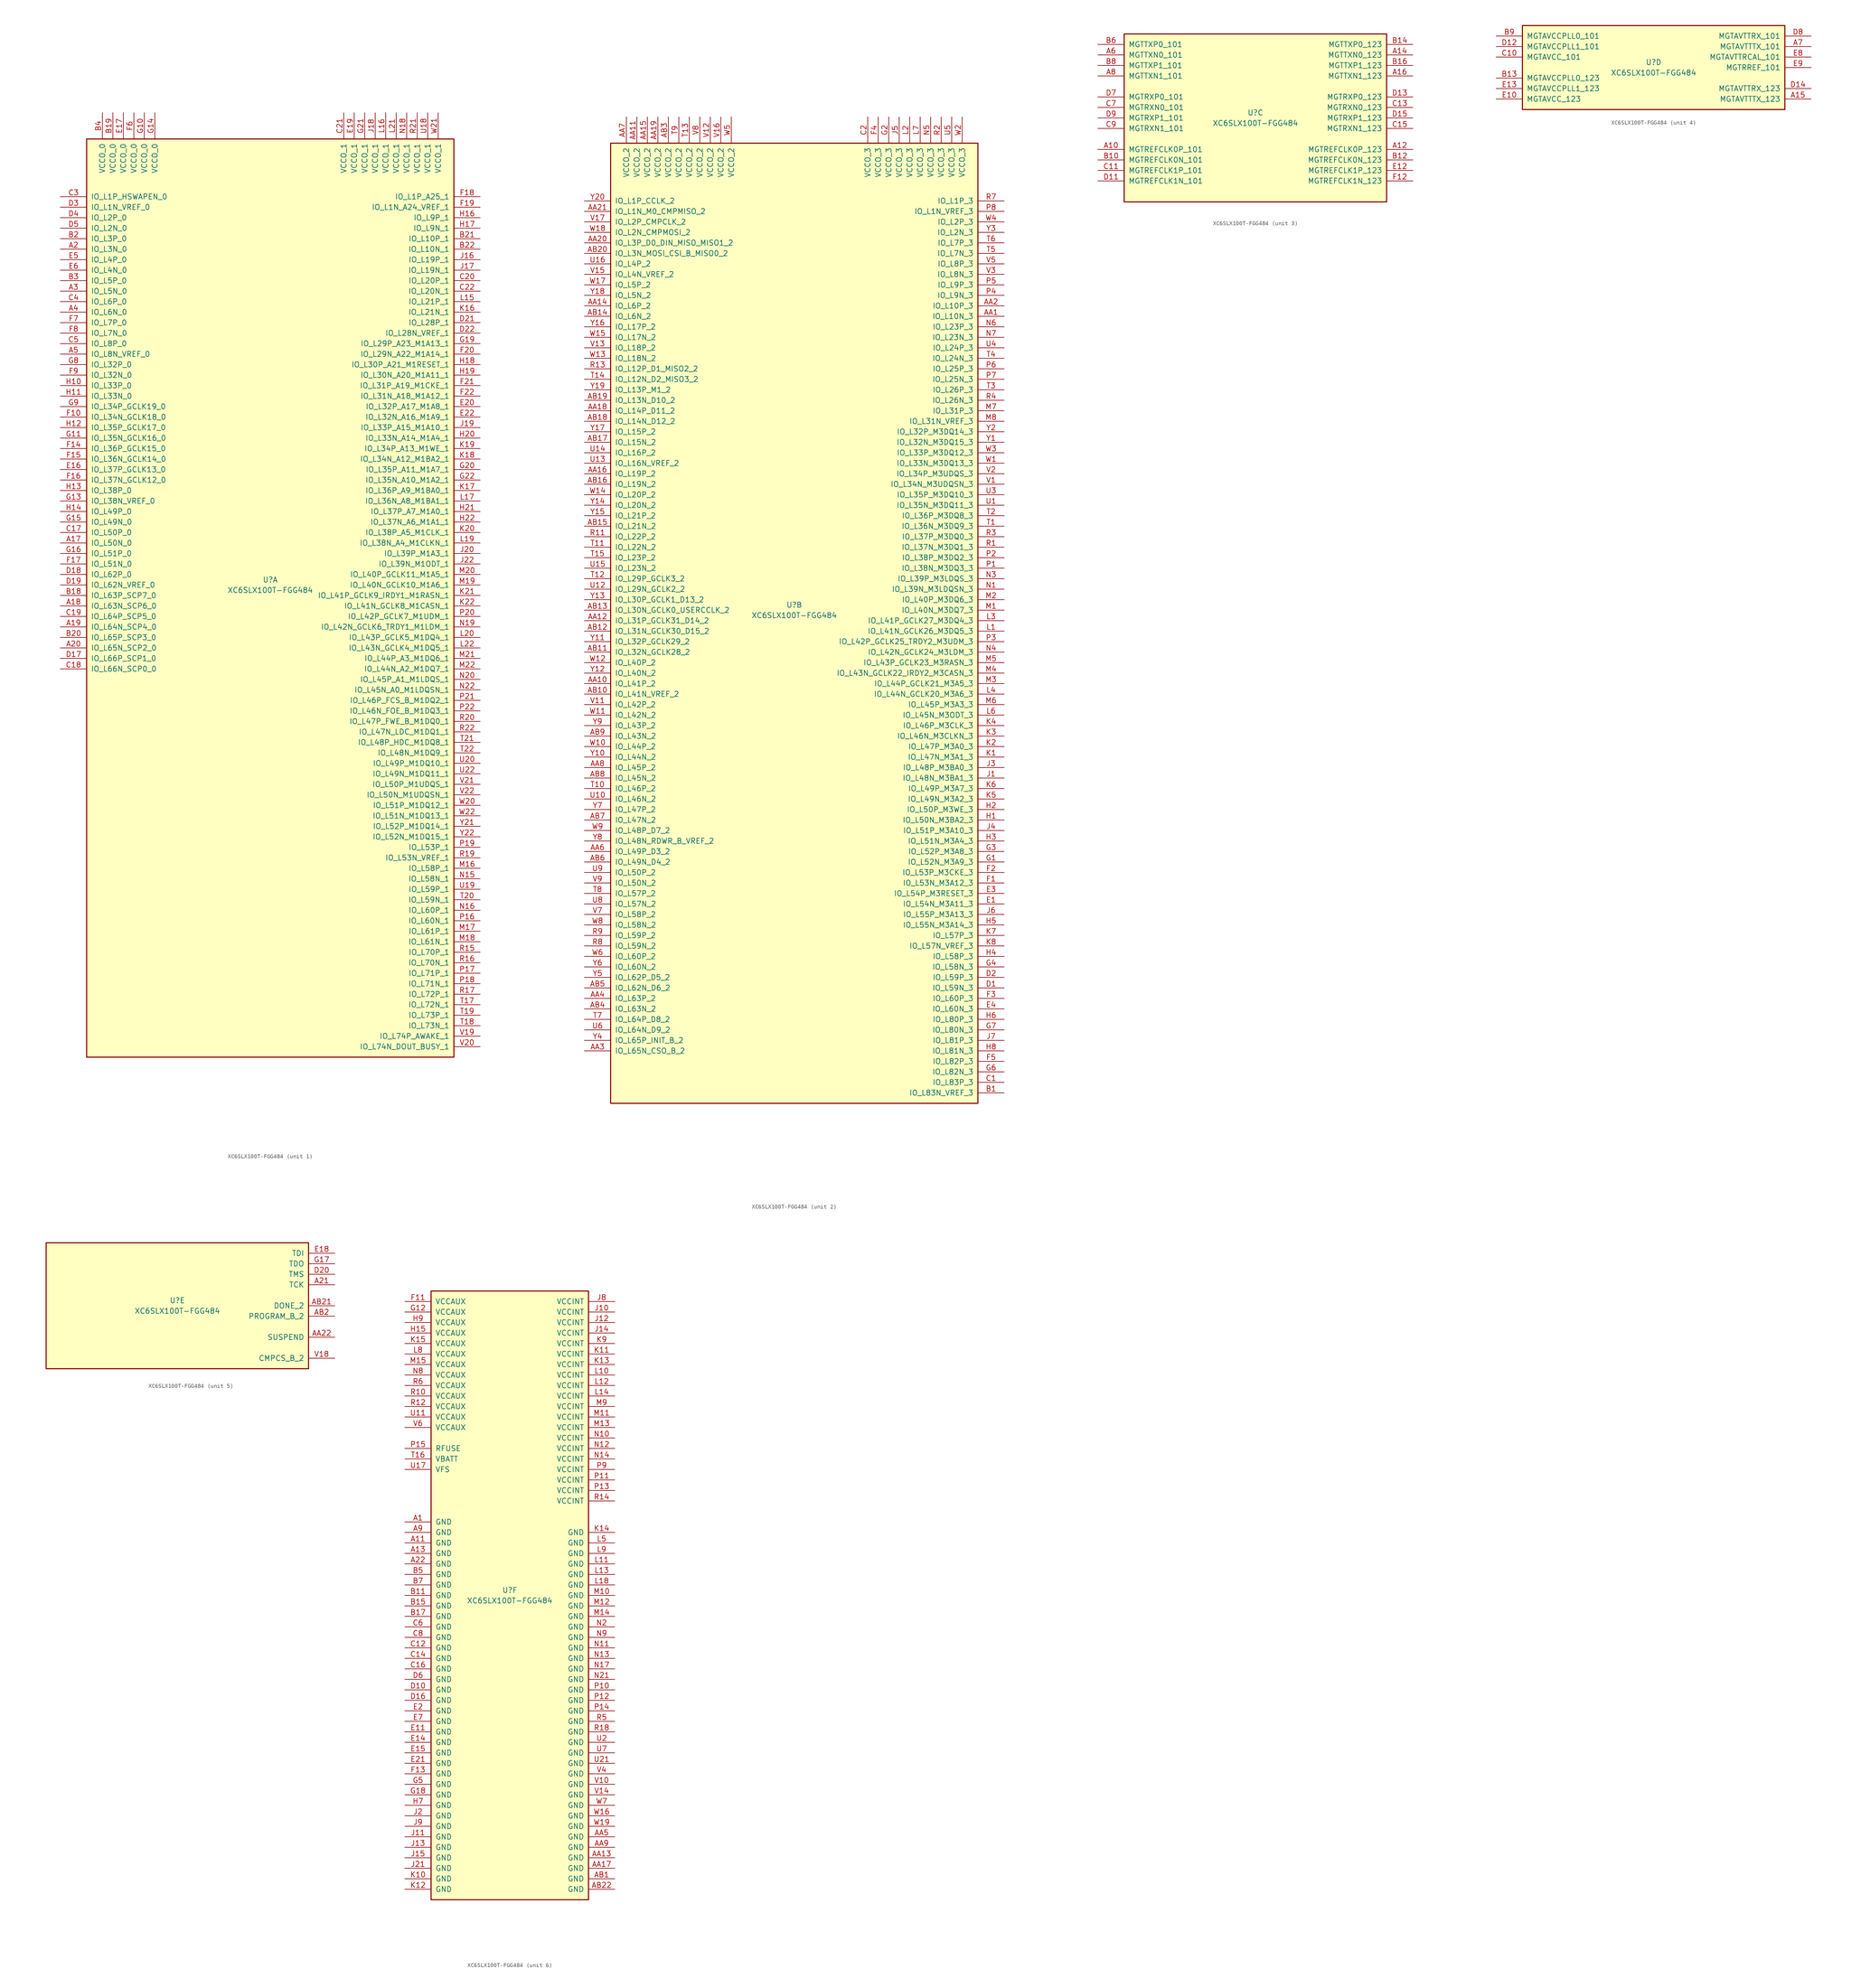
<source format=kicad_sym>
(kicad_symbol_lib
  (version 20201005)
  (generator kicad_symbol_editor)
  (symbol "XC6SLX100T-FGG484"
    (pin_names
      (offset 1.016))
    (property "Reference" "U"
      (at 0 1.27 0)
      (effects (font (size 1.27 1.27))))
    (property "Value" "XC6SLX100T-FGG484"
      (at 0 -1.27 0)
      (effects (font (size 1.27 1.27))))
    (property "Datasheet" ""
      (at 0 0 0)
      (effects (font (size 1.27 1.27))))
    (property "ki_locked" ""
      (at 0 0 0)
      (effects (font (size 1.27 1.27))))
    (symbol "XC6SLX100T-FGG484_1_1"
      (rectangle (start -44.45 107.95) (end 44.45 -114.3) (stroke (width 0.254)) (fill (type background)))
      (pin power_in line (at -40.64 114.3 270) (length 6.35) (name "VCCO_0" (effects (font (size 1.27 1.27)))) (number "B4" (effects (font (size 1.27 1.27)))))
      (pin power_in line (at -38.1 114.3 270) (length 6.35) (name "VCCO_0" (effects (font (size 1.27 1.27)))) (number "B19" (effects (font (size 1.27 1.27)))))
      (pin power_in line (at -35.56 114.3 270) (length 6.35) (name "VCCO_0" (effects (font (size 1.27 1.27)))) (number "E17" (effects (font (size 1.27 1.27)))))
      (pin power_in line (at -33.02 114.3 270) (length 6.35) (name "VCCO_0" (effects (font (size 1.27 1.27)))) (number "F6" (effects (font (size 1.27 1.27)))))
      (pin power_in line (at -30.48 114.3 270) (length 6.35) (name "VCCO_0" (effects (font (size 1.27 1.27)))) (number "G10" (effects (font (size 1.27 1.27)))))
      (pin power_in line (at -27.94 114.3 270) (length 6.35) (name "VCCO_0" (effects (font (size 1.27 1.27)))) (number "G14" (effects (font (size 1.27 1.27)))))
      (pin bidirectional line (at -50.8 93.98 0) (length 6.35) (name "IO_L1P_HSWAPEN_0" (effects (font (size 1.27 1.27)))) (number "C3" (effects (font (size 1.27 1.27)))))
      (pin bidirectional line (at -50.8 91.44 0) (length 6.35) (name "IO_L1N_VREF_0" (effects (font (size 1.27 1.27)))) (number "D3" (effects (font (size 1.27 1.27)))))
      (pin bidirectional line (at -50.8 88.9 0) (length 6.35) (name "IO_L2P_0" (effects (font (size 1.27 1.27)))) (number "D4" (effects (font (size 1.27 1.27)))))
      (pin bidirectional line (at -50.8 86.36 0) (length 6.35) (name "IO_L2N_0" (effects (font (size 1.27 1.27)))) (number "D5" (effects (font (size 1.27 1.27)))))
      (pin bidirectional line (at -50.8 83.82 0) (length 6.35) (name "IO_L3P_0" (effects (font (size 1.27 1.27)))) (number "B2" (effects (font (size 1.27 1.27)))))
      (pin bidirectional line (at -50.8 81.28 0) (length 6.35) (name "IO_L3N_0" (effects (font (size 1.27 1.27)))) (number "A2" (effects (font (size 1.27 1.27)))))
      (pin bidirectional line (at -50.8 78.74 0) (length 6.35) (name "IO_L4P_0" (effects (font (size 1.27 1.27)))) (number "E5" (effects (font (size 1.27 1.27)))))
      (pin bidirectional line (at -50.8 76.2 0) (length 6.35) (name "IO_L4N_0" (effects (font (size 1.27 1.27)))) (number "E6" (effects (font (size 1.27 1.27)))))
      (pin bidirectional line (at -50.8 73.66 0) (length 6.35) (name "IO_L5P_0" (effects (font (size 1.27 1.27)))) (number "B3" (effects (font (size 1.27 1.27)))))
      (pin bidirectional line (at -50.8 71.12 0) (length 6.35) (name "IO_L5N_0" (effects (font (size 1.27 1.27)))) (number "A3" (effects (font (size 1.27 1.27)))))
      (pin bidirectional line (at -50.8 68.58 0) (length 6.35) (name "IO_L6P_0" (effects (font (size 1.27 1.27)))) (number "C4" (effects (font (size 1.27 1.27)))))
      (pin bidirectional line (at -50.8 66.04 0) (length 6.35) (name "IO_L6N_0" (effects (font (size 1.27 1.27)))) (number "A4" (effects (font (size 1.27 1.27)))))
      (pin bidirectional line (at -50.8 63.5 0) (length 6.35) (name "IO_L7P_0" (effects (font (size 1.27 1.27)))) (number "F7" (effects (font (size 1.27 1.27)))))
      (pin bidirectional line (at -50.8 60.96 0) (length 6.35) (name "IO_L7N_0" (effects (font (size 1.27 1.27)))) (number "F8" (effects (font (size 1.27 1.27)))))
      (pin bidirectional line (at -50.8 58.42 0) (length 6.35) (name "IO_L8P_0" (effects (font (size 1.27 1.27)))) (number "C5" (effects (font (size 1.27 1.27)))))
      (pin bidirectional line (at -50.8 55.88 0) (length 6.35) (name "IO_L8N_VREF_0" (effects (font (size 1.27 1.27)))) (number "A5" (effects (font (size 1.27 1.27)))))
      (pin bidirectional line (at -50.8 53.34 0) (length 6.35) (name "IO_L32P_0" (effects (font (size 1.27 1.27)))) (number "G8" (effects (font (size 1.27 1.27)))))
      (pin bidirectional line (at -50.8 50.8 0) (length 6.35) (name "IO_L32N_0" (effects (font (size 1.27 1.27)))) (number "F9" (effects (font (size 1.27 1.27)))))
      (pin bidirectional line (at -50.8 48.26 0) (length 6.35) (name "IO_L33P_0" (effects (font (size 1.27 1.27)))) (number "H10" (effects (font (size 1.27 1.27)))))
      (pin bidirectional line (at -50.8 45.72 0) (length 6.35) (name "IO_L33N_0" (effects (font (size 1.27 1.27)))) (number "H11" (effects (font (size 1.27 1.27)))))
      (pin bidirectional line (at -50.8 43.18 0) (length 6.35) (name "IO_L34P_GCLK19_0" (effects (font (size 1.27 1.27)))) (number "G9" (effects (font (size 1.27 1.27)))))
      (pin bidirectional line (at -50.8 40.64 0) (length 6.35) (name "IO_L34N_GCLK18_0" (effects (font (size 1.27 1.27)))) (number "F10" (effects (font (size 1.27 1.27)))))
      (pin bidirectional line (at -50.8 38.1 0) (length 6.35) (name "IO_L35P_GCLK17_0" (effects (font (size 1.27 1.27)))) (number "H12" (effects (font (size 1.27 1.27)))))
      (pin bidirectional line (at -50.8 35.56 0) (length 6.35) (name "IO_L35N_GCLK16_0" (effects (font (size 1.27 1.27)))) (number "G11" (effects (font (size 1.27 1.27)))))
      (pin bidirectional line (at -50.8 33.02 0) (length 6.35) (name "IO_L36P_GCLK15_0" (effects (font (size 1.27 1.27)))) (number "F14" (effects (font (size 1.27 1.27)))))
      (pin bidirectional line (at -50.8 30.48 0) (length 6.35) (name "IO_L36N_GCLK14_0" (effects (font (size 1.27 1.27)))) (number "F15" (effects (font (size 1.27 1.27)))))
      (pin bidirectional line (at -50.8 27.94 0) (length 6.35) (name "IO_L37P_GCLK13_0" (effects (font (size 1.27 1.27)))) (number "E16" (effects (font (size 1.27 1.27)))))
      (pin bidirectional line (at -50.8 25.4 0) (length 6.35) (name "IO_L37N_GCLK12_0" (effects (font (size 1.27 1.27)))) (number "F16" (effects (font (size 1.27 1.27)))))
      (pin bidirectional line (at -50.8 22.86 0) (length 6.35) (name "IO_L38P_0" (effects (font (size 1.27 1.27)))) (number "H13" (effects (font (size 1.27 1.27)))))
      (pin bidirectional line (at -50.8 20.32 0) (length 6.35) (name "IO_L38N_VREF_0" (effects (font (size 1.27 1.27)))) (number "G13" (effects (font (size 1.27 1.27)))))
      (pin bidirectional line (at -50.8 17.78 0) (length 6.35) (name "IO_L49P_0" (effects (font (size 1.27 1.27)))) (number "H14" (effects (font (size 1.27 1.27)))))
      (pin bidirectional line (at -50.8 15.24 0) (length 6.35) (name "IO_L49N_0" (effects (font (size 1.27 1.27)))) (number "G15" (effects (font (size 1.27 1.27)))))
      (pin bidirectional line (at -50.8 12.7 0) (length 6.35) (name "IO_L50P_0" (effects (font (size 1.27 1.27)))) (number "C17" (effects (font (size 1.27 1.27)))))
      (pin bidirectional line (at -50.8 10.16 0) (length 6.35) (name "IO_L50N_0" (effects (font (size 1.27 1.27)))) (number "A17" (effects (font (size 1.27 1.27)))))
      (pin bidirectional line (at -50.8 7.62 0) (length 6.35) (name "IO_L51P_0" (effects (font (size 1.27 1.27)))) (number "G16" (effects (font (size 1.27 1.27)))))
      (pin bidirectional line (at -50.8 5.08 0) (length 6.35) (name "IO_L51N_0" (effects (font (size 1.27 1.27)))) (number "F17" (effects (font (size 1.27 1.27)))))
      (pin bidirectional line (at -50.8 2.54 0) (length 6.35) (name "IO_L62P_0" (effects (font (size 1.27 1.27)))) (number "D18" (effects (font (size 1.27 1.27)))))
      (pin bidirectional line (at -50.8 0 0) (length 6.35) (name "IO_L62N_VREF_0" (effects (font (size 1.27 1.27)))) (number "D19" (effects (font (size 1.27 1.27)))))
      (pin bidirectional line (at -50.8 -2.54 0) (length 6.35) (name "IO_L63P_SCP7_0" (effects (font (size 1.27 1.27)))) (number "B18" (effects (font (size 1.27 1.27)))))
      (pin bidirectional line (at -50.8 -5.08 0) (length 6.35) (name "IO_L63N_SCP6_0" (effects (font (size 1.27 1.27)))) (number "A18" (effects (font (size 1.27 1.27)))))
      (pin bidirectional line (at -50.8 -7.62 0) (length 6.35) (name "IO_L64P_SCP5_0" (effects (font (size 1.27 1.27)))) (number "C19" (effects (font (size 1.27 1.27)))))
      (pin bidirectional line (at -50.8 -10.16 0) (length 6.35) (name "IO_L64N_SCP4_0" (effects (font (size 1.27 1.27)))) (number "A19" (effects (font (size 1.27 1.27)))))
      (pin bidirectional line (at -50.8 -12.7 0) (length 6.35) (name "IO_L65P_SCP3_0" (effects (font (size 1.27 1.27)))) (number "B20" (effects (font (size 1.27 1.27)))))
      (pin bidirectional line (at -50.8 -15.24 0) (length 6.35) (name "IO_L65N_SCP2_0" (effects (font (size 1.27 1.27)))) (number "A20" (effects (font (size 1.27 1.27)))))
      (pin bidirectional line (at -50.8 -17.78 0) (length 6.35) (name "IO_L66P_SCP1_0" (effects (font (size 1.27 1.27)))) (number "D17" (effects (font (size 1.27 1.27)))))
      (pin bidirectional line (at -50.8 -20.32 0) (length 6.35) (name "IO_L66N_SCP0_0" (effects (font (size 1.27 1.27)))) (number "C18" (effects (font (size 1.27 1.27)))))
      (pin power_in line (at 17.78 114.3 270) (length 6.35) (name "VCCO_1" (effects (font (size 1.27 1.27)))) (number "C21" (effects (font (size 1.27 1.27)))))
      (pin power_in line (at 20.32 114.3 270) (length 6.35) (name "VCCO_1" (effects (font (size 1.27 1.27)))) (number "E19" (effects (font (size 1.27 1.27)))))
      (pin power_in line (at 22.86 114.3 270) (length 6.35) (name "VCCO_1" (effects (font (size 1.27 1.27)))) (number "G21" (effects (font (size 1.27 1.27)))))
      (pin power_in line (at 25.4 114.3 270) (length 6.35) (name "VCCO_1" (effects (font (size 1.27 1.27)))) (number "J18" (effects (font (size 1.27 1.27)))))
      (pin power_in line (at 27.94 114.3 270) (length 6.35) (name "VCCO_1" (effects (font (size 1.27 1.27)))) (number "L16" (effects (font (size 1.27 1.27)))))
      (pin power_in line (at 30.48 114.3 270) (length 6.35) (name "VCCO_1" (effects (font (size 1.27 1.27)))) (number "L21" (effects (font (size 1.27 1.27)))))
      (pin power_in line (at 33.02 114.3 270) (length 6.35) (name "VCCO_1" (effects (font (size 1.27 1.27)))) (number "N18" (effects (font (size 1.27 1.27)))))
      (pin power_in line (at 35.56 114.3 270) (length 6.35) (name "VCCO_1" (effects (font (size 1.27 1.27)))) (number "R21" (effects (font (size 1.27 1.27)))))
      (pin power_in line (at 38.1 114.3 270) (length 6.35) (name "VCCO_1" (effects (font (size 1.27 1.27)))) (number "U18" (effects (font (size 1.27 1.27)))))
      (pin power_in line (at 40.64 114.3 270) (length 6.35) (name "VCCO_1" (effects (font (size 1.27 1.27)))) (number "W21" (effects (font (size 1.27 1.27)))))
      (pin bidirectional line (at 50.8 93.98 180) (length 6.35) (name "IO_L1P_A25_1" (effects (font (size 1.27 1.27)))) (number "F18" (effects (font (size 1.27 1.27)))))
      (pin bidirectional line (at 50.8 91.44 180) (length 6.35) (name "IO_L1N_A24_VREF_1" (effects (font (size 1.27 1.27)))) (number "F19" (effects (font (size 1.27 1.27)))))
      (pin bidirectional line (at 50.8 88.9 180) (length 6.35) (name "IO_L9P_1" (effects (font (size 1.27 1.27)))) (number "H16" (effects (font (size 1.27 1.27)))))
      (pin bidirectional line (at 50.8 86.36 180) (length 6.35) (name "IO_L9N_1" (effects (font (size 1.27 1.27)))) (number "H17" (effects (font (size 1.27 1.27)))))
      (pin bidirectional line (at 50.8 83.82 180) (length 6.35) (name "IO_L10P_1" (effects (font (size 1.27 1.27)))) (number "B21" (effects (font (size 1.27 1.27)))))
      (pin bidirectional line (at 50.8 81.28 180) (length 6.35) (name "IO_L10N_1" (effects (font (size 1.27 1.27)))) (number "B22" (effects (font (size 1.27 1.27)))))
      (pin bidirectional line (at 50.8 78.74 180) (length 6.35) (name "IO_L19P_1" (effects (font (size 1.27 1.27)))) (number "J16" (effects (font (size 1.27 1.27)))))
      (pin bidirectional line (at 50.8 76.2 180) (length 6.35) (name "IO_L19N_1" (effects (font (size 1.27 1.27)))) (number "J17" (effects (font (size 1.27 1.27)))))
      (pin bidirectional line (at 50.8 73.66 180) (length 6.35) (name "IO_L20P_1" (effects (font (size 1.27 1.27)))) (number "C20" (effects (font (size 1.27 1.27)))))
      (pin bidirectional line (at 50.8 71.12 180) (length 6.35) (name "IO_L20N_1" (effects (font (size 1.27 1.27)))) (number "C22" (effects (font (size 1.27 1.27)))))
      (pin bidirectional line (at 50.8 68.58 180) (length 6.35) (name "IO_L21P_1" (effects (font (size 1.27 1.27)))) (number "L15" (effects (font (size 1.27 1.27)))))
      (pin bidirectional line (at 50.8 66.04 180) (length 6.35) (name "IO_L21N_1" (effects (font (size 1.27 1.27)))) (number "K16" (effects (font (size 1.27 1.27)))))
      (pin bidirectional line (at 50.8 63.5 180) (length 6.35) (name "IO_L28P_1" (effects (font (size 1.27 1.27)))) (number "D21" (effects (font (size 1.27 1.27)))))
      (pin bidirectional line (at 50.8 60.96 180) (length 6.35) (name "IO_L28N_VREF_1" (effects (font (size 1.27 1.27)))) (number "D22" (effects (font (size 1.27 1.27)))))
      (pin bidirectional line (at 50.8 58.42 180) (length 6.35) (name "IO_L29P_A23_M1A13_1" (effects (font (size 1.27 1.27)))) (number "G19" (effects (font (size 1.27 1.27)))))
      (pin bidirectional line (at 50.8 55.88 180) (length 6.35) (name "IO_L29N_A22_M1A14_1" (effects (font (size 1.27 1.27)))) (number "F20" (effects (font (size 1.27 1.27)))))
      (pin bidirectional line (at 50.8 53.34 180) (length 6.35) (name "IO_L30P_A21_M1RESET_1" (effects (font (size 1.27 1.27)))) (number "H18" (effects (font (size 1.27 1.27)))))
      (pin bidirectional line (at 50.8 50.8 180) (length 6.35) (name "IO_L30N_A20_M1A11_1" (effects (font (size 1.27 1.27)))) (number "H19" (effects (font (size 1.27 1.27)))))
      (pin bidirectional line (at 50.8 48.26 180) (length 6.35) (name "IO_L31P_A19_M1CKE_1" (effects (font (size 1.27 1.27)))) (number "F21" (effects (font (size 1.27 1.27)))))
      (pin bidirectional line (at 50.8 45.72 180) (length 6.35) (name "IO_L31N_A18_M1A12_1" (effects (font (size 1.27 1.27)))) (number "F22" (effects (font (size 1.27 1.27)))))
      (pin bidirectional line (at 50.8 43.18 180) (length 6.35) (name "IO_L32P_A17_M1A8_1" (effects (font (size 1.27 1.27)))) (number "E20" (effects (font (size 1.27 1.27)))))
      (pin bidirectional line (at 50.8 40.64 180) (length 6.35) (name "IO_L32N_A16_M1A9_1" (effects (font (size 1.27 1.27)))) (number "E22" (effects (font (size 1.27 1.27)))))
      (pin bidirectional line (at 50.8 38.1 180) (length 6.35) (name "IO_L33P_A15_M1A10_1" (effects (font (size 1.27 1.27)))) (number "J19" (effects (font (size 1.27 1.27)))))
      (pin bidirectional line (at 50.8 35.56 180) (length 6.35) (name "IO_L33N_A14_M1A4_1" (effects (font (size 1.27 1.27)))) (number "H20" (effects (font (size 1.27 1.27)))))
      (pin bidirectional line (at 50.8 33.02 180) (length 6.35) (name "IO_L34P_A13_M1WE_1" (effects (font (size 1.27 1.27)))) (number "K19" (effects (font (size 1.27 1.27)))))
      (pin bidirectional line (at 50.8 30.48 180) (length 6.35) (name "IO_L34N_A12_M1BA2_1" (effects (font (size 1.27 1.27)))) (number "K18" (effects (font (size 1.27 1.27)))))
      (pin bidirectional line (at 50.8 27.94 180) (length 6.35) (name "IO_L35P_A11_M1A7_1" (effects (font (size 1.27 1.27)))) (number "G20" (effects (font (size 1.27 1.27)))))
      (pin bidirectional line (at 50.8 25.4 180) (length 6.35) (name "IO_L35N_A10_M1A2_1" (effects (font (size 1.27 1.27)))) (number "G22" (effects (font (size 1.27 1.27)))))
      (pin bidirectional line (at 50.8 22.86 180) (length 6.35) (name "IO_L36P_A9_M1BA0_1" (effects (font (size 1.27 1.27)))) (number "K17" (effects (font (size 1.27 1.27)))))
      (pin bidirectional line (at 50.8 20.32 180) (length 6.35) (name "IO_L36N_A8_M1BA1_1" (effects (font (size 1.27 1.27)))) (number "L17" (effects (font (size 1.27 1.27)))))
      (pin bidirectional line (at 50.8 17.78 180) (length 6.35) (name "IO_L37P_A7_M1A0_1" (effects (font (size 1.27 1.27)))) (number "H21" (effects (font (size 1.27 1.27)))))
      (pin bidirectional line (at 50.8 15.24 180) (length 6.35) (name "IO_L37N_A6_M1A1_1" (effects (font (size 1.27 1.27)))) (number "H22" (effects (font (size 1.27 1.27)))))
      (pin bidirectional line (at 50.8 12.7 180) (length 6.35) (name "IO_L38P_A5_M1CLK_1" (effects (font (size 1.27 1.27)))) (number "K20" (effects (font (size 1.27 1.27)))))
      (pin bidirectional line (at 50.8 10.16 180) (length 6.35) (name "IO_L38N_A4_M1CLKN_1" (effects (font (size 1.27 1.27)))) (number "L19" (effects (font (size 1.27 1.27)))))
      (pin bidirectional line (at 50.8 7.62 180) (length 6.35) (name "IO_L39P_M1A3_1" (effects (font (size 1.27 1.27)))) (number "J20" (effects (font (size 1.27 1.27)))))
      (pin bidirectional line (at 50.8 5.08 180) (length 6.35) (name "IO_L39N_M1ODT_1" (effects (font (size 1.27 1.27)))) (number "J22" (effects (font (size 1.27 1.27)))))
      (pin bidirectional line (at 50.8 2.54 180) (length 6.35) (name "IO_L40P_GCLK11_M1A5_1" (effects (font (size 1.27 1.27)))) (number "M20" (effects (font (size 1.27 1.27)))))
      (pin bidirectional line (at 50.8 0 180) (length 6.35) (name "IO_L40N_GCLK10_M1A6_1" (effects (font (size 1.27 1.27)))) (number "M19" (effects (font (size 1.27 1.27)))))
      (pin bidirectional line (at 50.8 -2.54 180) (length 6.35) (name "IO_L41P_GCLK9_IRDY1_M1RASN_1" (effects (font (size 1.27 1.27)))) (number "K21" (effects (font (size 1.27 1.27)))))
      (pin bidirectional line (at 50.8 -5.08 180) (length 6.35) (name "IO_L41N_GCLK8_M1CASN_1" (effects (font (size 1.27 1.27)))) (number "K22" (effects (font (size 1.27 1.27)))))
      (pin bidirectional line (at 50.8 -7.62 180) (length 6.35) (name "IO_L42P_GCLK7_M1UDM_1" (effects (font (size 1.27 1.27)))) (number "P20" (effects (font (size 1.27 1.27)))))
      (pin bidirectional line (at 50.8 -10.16 180) (length 6.35) (name "IO_L42N_GCLK6_TRDY1_M1LDM_1" (effects (font (size 1.27 1.27)))) (number "N19" (effects (font (size 1.27 1.27)))))
      (pin bidirectional line (at 50.8 -12.7 180) (length 6.35) (name "IO_L43P_GCLK5_M1DQ4_1" (effects (font (size 1.27 1.27)))) (number "L20" (effects (font (size 1.27 1.27)))))
      (pin bidirectional line (at 50.8 -15.24 180) (length 6.35) (name "IO_L43N_GCLK4_M1DQ5_1" (effects (font (size 1.27 1.27)))) (number "L22" (effects (font (size 1.27 1.27)))))
      (pin bidirectional line (at 50.8 -17.78 180) (length 6.35) (name "IO_L44P_A3_M1DQ6_1" (effects (font (size 1.27 1.27)))) (number "M21" (effects (font (size 1.27 1.27)))))
      (pin bidirectional line (at 50.8 -20.32 180) (length 6.35) (name "IO_L44N_A2_M1DQ7_1" (effects (font (size 1.27 1.27)))) (number "M22" (effects (font (size 1.27 1.27)))))
      (pin bidirectional line (at 50.8 -22.86 180) (length 6.35) (name "IO_L45P_A1_M1LDQS_1" (effects (font (size 1.27 1.27)))) (number "N20" (effects (font (size 1.27 1.27)))))
      (pin bidirectional line (at 50.8 -25.4 180) (length 6.35) (name "IO_L45N_A0_M1LDQSN_1" (effects (font (size 1.27 1.27)))) (number "N22" (effects (font (size 1.27 1.27)))))
      (pin bidirectional line (at 50.8 -27.94 180) (length 6.35) (name "IO_L46P_FCS_B_M1DQ2_1" (effects (font (size 1.27 1.27)))) (number "P21" (effects (font (size 1.27 1.27)))))
      (pin bidirectional line (at 50.8 -30.48 180) (length 6.35) (name "IO_L46N_FOE_B_M1DQ3_1" (effects (font (size 1.27 1.27)))) (number "P22" (effects (font (size 1.27 1.27)))))
      (pin bidirectional line (at 50.8 -33.02 180) (length 6.35) (name "IO_L47P_FWE_B_M1DQ0_1" (effects (font (size 1.27 1.27)))) (number "R20" (effects (font (size 1.27 1.27)))))
      (pin bidirectional line (at 50.8 -35.56 180) (length 6.35) (name "IO_L47N_LDC_M1DQ1_1" (effects (font (size 1.27 1.27)))) (number "R22" (effects (font (size 1.27 1.27)))))
      (pin bidirectional line (at 50.8 -38.1 180) (length 6.35) (name "IO_L48P_HDC_M1DQ8_1" (effects (font (size 1.27 1.27)))) (number "T21" (effects (font (size 1.27 1.27)))))
      (pin bidirectional line (at 50.8 -40.64 180) (length 6.35) (name "IO_L48N_M1DQ9_1" (effects (font (size 1.27 1.27)))) (number "T22" (effects (font (size 1.27 1.27)))))
      (pin bidirectional line (at 50.8 -43.18 180) (length 6.35) (name "IO_L49P_M1DQ10_1" (effects (font (size 1.27 1.27)))) (number "U20" (effects (font (size 1.27 1.27)))))
      (pin bidirectional line (at 50.8 -45.72 180) (length 6.35) (name "IO_L49N_M1DQ11_1" (effects (font (size 1.27 1.27)))) (number "U22" (effects (font (size 1.27 1.27)))))
      (pin bidirectional line (at 50.8 -48.26 180) (length 6.35) (name "IO_L50P_M1UDQS_1" (effects (font (size 1.27 1.27)))) (number "V21" (effects (font (size 1.27 1.27)))))
      (pin bidirectional line (at 50.8 -50.8 180) (length 6.35) (name "IO_L50N_M1UDQSN_1" (effects (font (size 1.27 1.27)))) (number "V22" (effects (font (size 1.27 1.27)))))
      (pin bidirectional line (at 50.8 -53.34 180) (length 6.35) (name "IO_L51P_M1DQ12_1" (effects (font (size 1.27 1.27)))) (number "W20" (effects (font (size 1.27 1.27)))))
      (pin bidirectional line (at 50.8 -55.88 180) (length 6.35) (name "IO_L51N_M1DQ13_1" (effects (font (size 1.27 1.27)))) (number "W22" (effects (font (size 1.27 1.27)))))
      (pin bidirectional line (at 50.8 -58.42 180) (length 6.35) (name "IO_L52P_M1DQ14_1" (effects (font (size 1.27 1.27)))) (number "Y21" (effects (font (size 1.27 1.27)))))
      (pin bidirectional line (at 50.8 -60.96 180) (length 6.35) (name "IO_L52N_M1DQ15_1" (effects (font (size 1.27 1.27)))) (number "Y22" (effects (font (size 1.27 1.27)))))
      (pin bidirectional line (at 50.8 -63.5 180) (length 6.35) (name "IO_L53P_1" (effects (font (size 1.27 1.27)))) (number "P19" (effects (font (size 1.27 1.27)))))
      (pin bidirectional line (at 50.8 -66.04 180) (length 6.35) (name "IO_L53N_VREF_1" (effects (font (size 1.27 1.27)))) (number "R19" (effects (font (size 1.27 1.27)))))
      (pin bidirectional line (at 50.8 -68.58 180) (length 6.35) (name "IO_L58P_1" (effects (font (size 1.27 1.27)))) (number "M16" (effects (font (size 1.27 1.27)))))
      (pin bidirectional line (at 50.8 -71.12 180) (length 6.35) (name "IO_L58N_1" (effects (font (size 1.27 1.27)))) (number "N15" (effects (font (size 1.27 1.27)))))
      (pin bidirectional line (at 50.8 -73.66 180) (length 6.35) (name "IO_L59P_1" (effects (font (size 1.27 1.27)))) (number "U19" (effects (font (size 1.27 1.27)))))
      (pin bidirectional line (at 50.8 -76.2 180) (length 6.35) (name "IO_L59N_1" (effects (font (size 1.27 1.27)))) (number "T20" (effects (font (size 1.27 1.27)))))
      (pin bidirectional line (at 50.8 -78.74 180) (length 6.35) (name "IO_L60P_1" (effects (font (size 1.27 1.27)))) (number "N16" (effects (font (size 1.27 1.27)))))
      (pin bidirectional line (at 50.8 -81.28 180) (length 6.35) (name "IO_L60N_1" (effects (font (size 1.27 1.27)))) (number "P16" (effects (font (size 1.27 1.27)))))
      (pin bidirectional line (at 50.8 -83.82 180) (length 6.35) (name "IO_L61P_1" (effects (font (size 1.27 1.27)))) (number "M17" (effects (font (size 1.27 1.27)))))
      (pin bidirectional line (at 50.8 -86.36 180) (length 6.35) (name "IO_L61N_1" (effects (font (size 1.27 1.27)))) (number "M18" (effects (font (size 1.27 1.27)))))
      (pin bidirectional line (at 50.8 -88.9 180) (length 6.35) (name "IO_L70P_1" (effects (font (size 1.27 1.27)))) (number "R15" (effects (font (size 1.27 1.27)))))
      (pin bidirectional line (at 50.8 -91.44 180) (length 6.35) (name "IO_L70N_1" (effects (font (size 1.27 1.27)))) (number "R16" (effects (font (size 1.27 1.27)))))
      (pin bidirectional line (at 50.8 -93.98 180) (length 6.35) (name "IO_L71P_1" (effects (font (size 1.27 1.27)))) (number "P17" (effects (font (size 1.27 1.27)))))
      (pin bidirectional line (at 50.8 -96.52 180) (length 6.35) (name "IO_L71N_1" (effects (font (size 1.27 1.27)))) (number "P18" (effects (font (size 1.27 1.27)))))
      (pin bidirectional line (at 50.8 -99.06 180) (length 6.35) (name "IO_L72P_1" (effects (font (size 1.27 1.27)))) (number "R17" (effects (font (size 1.27 1.27)))))
      (pin bidirectional line (at 50.8 -101.6 180) (length 6.35) (name "IO_L72N_1" (effects (font (size 1.27 1.27)))) (number "T17" (effects (font (size 1.27 1.27)))))
      (pin bidirectional line (at 50.8 -104.14 180) (length 6.35) (name "IO_L73P_1" (effects (font (size 1.27 1.27)))) (number "T19" (effects (font (size 1.27 1.27)))))
      (pin bidirectional line (at 50.8 -106.68 180) (length 6.35) (name "IO_L73N_1" (effects (font (size 1.27 1.27)))) (number "T18" (effects (font (size 1.27 1.27)))))
      (pin bidirectional line (at 50.8 -109.22 180) (length 6.35) (name "IO_L74P_AWAKE_1" (effects (font (size 1.27 1.27)))) (number "V19" (effects (font (size 1.27 1.27)))))
      (pin bidirectional line (at 50.8 -111.76 180) (length 6.35) (name "IO_L74N_DOUT_BUSY_1" (effects (font (size 1.27 1.27)))) (number "V20" (effects (font (size 1.27 1.27))))))
    (symbol "XC6SLX100T-FGG484_2_1"
      (rectangle (start -44.45 113.03) (end 44.45 -119.38) (stroke (width 0.254)) (fill (type background)))
      (pin power_in line (at -40.64 119.38 270) (length 6.35) (name "VCCO_2" (effects (font (size 1.27 1.27)))) (number "AA7" (effects (font (size 1.27 1.27)))))
      (pin power_in line (at -38.1 119.38 270) (length 6.35) (name "VCCO_2" (effects (font (size 1.27 1.27)))) (number "AA11" (effects (font (size 1.27 1.27)))))
      (pin power_in line (at -35.56 119.38 270) (length 6.35) (name "VCCO_2" (effects (font (size 1.27 1.27)))) (number "AA15" (effects (font (size 1.27 1.27)))))
      (pin power_in line (at -33.02 119.38 270) (length 6.35) (name "VCCO_2" (effects (font (size 1.27 1.27)))) (number "AA19" (effects (font (size 1.27 1.27)))))
      (pin power_in line (at -30.48 119.38 270) (length 6.35) (name "VCCO_2" (effects (font (size 1.27 1.27)))) (number "AB3" (effects (font (size 1.27 1.27)))))
      (pin power_in line (at -27.94 119.38 270) (length 6.35) (name "VCCO_2" (effects (font (size 1.27 1.27)))) (number "T9" (effects (font (size 1.27 1.27)))))
      (pin power_in line (at -25.4 119.38 270) (length 6.35) (name "VCCO_2" (effects (font (size 1.27 1.27)))) (number "T13" (effects (font (size 1.27 1.27)))))
      (pin power_in line (at -22.86 119.38 270) (length 6.35) (name "VCCO_2" (effects (font (size 1.27 1.27)))) (number "V8" (effects (font (size 1.27 1.27)))))
      (pin power_in line (at -20.32 119.38 270) (length 6.35) (name "VCCO_2" (effects (font (size 1.27 1.27)))) (number "V12" (effects (font (size 1.27 1.27)))))
      (pin power_in line (at -17.78 119.38 270) (length 6.35) (name "VCCO_2" (effects (font (size 1.27 1.27)))) (number "V16" (effects (font (size 1.27 1.27)))))
      (pin power_in line (at -15.24 119.38 270) (length 6.35) (name "VCCO_2" (effects (font (size 1.27 1.27)))) (number "W5" (effects (font (size 1.27 1.27)))))
      (pin bidirectional line (at -50.8 99.06 0) (length 6.35) (name "IO_L1P_CCLK_2" (effects (font (size 1.27 1.27)))) (number "Y20" (effects (font (size 1.27 1.27)))))
      (pin bidirectional line (at -50.8 96.52 0) (length 6.35) (name "IO_L1N_M0_CMPMISO_2" (effects (font (size 1.27 1.27)))) (number "AA21" (effects (font (size 1.27 1.27)))))
      (pin bidirectional line (at -50.8 93.98 0) (length 6.35) (name "IO_L2P_CMPCLK_2" (effects (font (size 1.27 1.27)))) (number "V17" (effects (font (size 1.27 1.27)))))
      (pin bidirectional line (at -50.8 91.44 0) (length 6.35) (name "IO_L2N_CMPMOSI_2" (effects (font (size 1.27 1.27)))) (number "W18" (effects (font (size 1.27 1.27)))))
      (pin bidirectional line (at -50.8 88.9 0) (length 6.35) (name "IO_L3P_D0_DIN_MISO_MISO1_2" (effects (font (size 1.27 1.27)))) (number "AA20" (effects (font (size 1.27 1.27)))))
      (pin bidirectional line (at -50.8 86.36 0) (length 6.35) (name "IO_L3N_MOSI_CSI_B_MISO0_2" (effects (font (size 1.27 1.27)))) (number "AB20" (effects (font (size 1.27 1.27)))))
      (pin bidirectional line (at -50.8 83.82 0) (length 6.35) (name "IO_L4P_2" (effects (font (size 1.27 1.27)))) (number "U16" (effects (font (size 1.27 1.27)))))
      (pin bidirectional line (at -50.8 81.28 0) (length 6.35) (name "IO_L4N_VREF_2" (effects (font (size 1.27 1.27)))) (number "V15" (effects (font (size 1.27 1.27)))))
      (pin bidirectional line (at -50.8 78.74 0) (length 6.35) (name "IO_L5P_2" (effects (font (size 1.27 1.27)))) (number "W17" (effects (font (size 1.27 1.27)))))
      (pin bidirectional line (at -50.8 76.2 0) (length 6.35) (name "IO_L5N_2" (effects (font (size 1.27 1.27)))) (number "Y18" (effects (font (size 1.27 1.27)))))
      (pin bidirectional line (at -50.8 73.66 0) (length 6.35) (name "IO_L6P_2" (effects (font (size 1.27 1.27)))) (number "AA14" (effects (font (size 1.27 1.27)))))
      (pin bidirectional line (at -50.8 71.12 0) (length 6.35) (name "IO_L6N_2" (effects (font (size 1.27 1.27)))) (number "AB14" (effects (font (size 1.27 1.27)))))
      (pin bidirectional line (at -50.8 68.58 0) (length 6.35) (name "IO_L17P_2" (effects (font (size 1.27 1.27)))) (number "Y16" (effects (font (size 1.27 1.27)))))
      (pin bidirectional line (at -50.8 66.04 0) (length 6.35) (name "IO_L17N_2" (effects (font (size 1.27 1.27)))) (number "W15" (effects (font (size 1.27 1.27)))))
      (pin bidirectional line (at -50.8 63.5 0) (length 6.35) (name "IO_L18P_2" (effects (font (size 1.27 1.27)))) (number "V13" (effects (font (size 1.27 1.27)))))
      (pin bidirectional line (at -50.8 60.96 0) (length 6.35) (name "IO_L18N_2" (effects (font (size 1.27 1.27)))) (number "W13" (effects (font (size 1.27 1.27)))))
      (pin bidirectional line (at -50.8 58.42 0) (length 6.35) (name "IO_L12P_D1_MISO2_2" (effects (font (size 1.27 1.27)))) (number "R13" (effects (font (size 1.27 1.27)))))
      (pin bidirectional line (at -50.8 55.88 0) (length 6.35) (name "IO_L12N_D2_MISO3_2" (effects (font (size 1.27 1.27)))) (number "T14" (effects (font (size 1.27 1.27)))))
      (pin bidirectional line (at -50.8 53.34 0) (length 6.35) (name "IO_L13P_M1_2" (effects (font (size 1.27 1.27)))) (number "Y19" (effects (font (size 1.27 1.27)))))
      (pin bidirectional line (at -50.8 50.8 0) (length 6.35) (name "IO_L13N_D10_2" (effects (font (size 1.27 1.27)))) (number "AB19" (effects (font (size 1.27 1.27)))))
      (pin bidirectional line (at -50.8 48.26 0) (length 6.35) (name "IO_L14P_D11_2" (effects (font (size 1.27 1.27)))) (number "AA18" (effects (font (size 1.27 1.27)))))
      (pin bidirectional line (at -50.8 45.72 0) (length 6.35) (name "IO_L14N_D12_2" (effects (font (size 1.27 1.27)))) (number "AB18" (effects (font (size 1.27 1.27)))))
      (pin bidirectional line (at -50.8 43.18 0) (length 6.35) (name "IO_L15P_2" (effects (font (size 1.27 1.27)))) (number "Y17" (effects (font (size 1.27 1.27)))))
      (pin bidirectional line (at -50.8 40.64 0) (length 6.35) (name "IO_L15N_2" (effects (font (size 1.27 1.27)))) (number "AB17" (effects (font (size 1.27 1.27)))))
      (pin bidirectional line (at -50.8 38.1 0) (length 6.35) (name "IO_L16P_2" (effects (font (size 1.27 1.27)))) (number "U14" (effects (font (size 1.27 1.27)))))
      (pin bidirectional line (at -50.8 35.56 0) (length 6.35) (name "IO_L16N_VREF_2" (effects (font (size 1.27 1.27)))) (number "U13" (effects (font (size 1.27 1.27)))))
      (pin bidirectional line (at -50.8 33.02 0) (length 6.35) (name "IO_L19P_2" (effects (font (size 1.27 1.27)))) (number "AA16" (effects (font (size 1.27 1.27)))))
      (pin bidirectional line (at -50.8 30.48 0) (length 6.35) (name "IO_L19N_2" (effects (font (size 1.27 1.27)))) (number "AB16" (effects (font (size 1.27 1.27)))))
      (pin bidirectional line (at -50.8 27.94 0) (length 6.35) (name "IO_L20P_2" (effects (font (size 1.27 1.27)))) (number "W14" (effects (font (size 1.27 1.27)))))
      (pin bidirectional line (at -50.8 25.4 0) (length 6.35) (name "IO_L20N_2" (effects (font (size 1.27 1.27)))) (number "Y14" (effects (font (size 1.27 1.27)))))
      (pin bidirectional line (at -50.8 22.86 0) (length 6.35) (name "IO_L21P_2" (effects (font (size 1.27 1.27)))) (number "Y15" (effects (font (size 1.27 1.27)))))
      (pin bidirectional line (at -50.8 20.32 0) (length 6.35) (name "IO_L21N_2" (effects (font (size 1.27 1.27)))) (number "AB15" (effects (font (size 1.27 1.27)))))
      (pin bidirectional line (at -50.8 17.78 0) (length 6.35) (name "IO_L22P_2" (effects (font (size 1.27 1.27)))) (number "R11" (effects (font (size 1.27 1.27)))))
      (pin bidirectional line (at -50.8 15.24 0) (length 6.35) (name "IO_L22N_2" (effects (font (size 1.27 1.27)))) (number "T11" (effects (font (size 1.27 1.27)))))
      (pin bidirectional line (at -50.8 12.7 0) (length 6.35) (name "IO_L23P_2" (effects (font (size 1.27 1.27)))) (number "T15" (effects (font (size 1.27 1.27)))))
      (pin bidirectional line (at -50.8 10.16 0) (length 6.35) (name "IO_L23N_2" (effects (font (size 1.27 1.27)))) (number "U15" (effects (font (size 1.27 1.27)))))
      (pin bidirectional line (at -50.8 7.62 0) (length 6.35) (name "IO_L29P_GCLK3_2" (effects (font (size 1.27 1.27)))) (number "T12" (effects (font (size 1.27 1.27)))))
      (pin bidirectional line (at -50.8 5.08 0) (length 6.35) (name "IO_L29N_GCLK2_2" (effects (font (size 1.27 1.27)))) (number "U12" (effects (font (size 1.27 1.27)))))
      (pin bidirectional line (at -50.8 2.54 0) (length 6.35) (name "IO_L30P_GCLK1_D13_2" (effects (font (size 1.27 1.27)))) (number "Y13" (effects (font (size 1.27 1.27)))))
      (pin bidirectional line (at -50.8 0 0) (length 6.35) (name "IO_L30N_GCLK0_USERCCLK_2" (effects (font (size 1.27 1.27)))) (number "AB13" (effects (font (size 1.27 1.27)))))
      (pin bidirectional line (at -50.8 -2.54 0) (length 6.35) (name "IO_L31P_GCLK31_D14_2" (effects (font (size 1.27 1.27)))) (number "AA12" (effects (font (size 1.27 1.27)))))
      (pin bidirectional line (at -50.8 -5.08 0) (length 6.35) (name "IO_L31N_GCLK30_D15_2" (effects (font (size 1.27 1.27)))) (number "AB12" (effects (font (size 1.27 1.27)))))
      (pin bidirectional line (at -50.8 -7.62 0) (length 6.35) (name "IO_L32P_GCLK29_2" (effects (font (size 1.27 1.27)))) (number "Y11" (effects (font (size 1.27 1.27)))))
      (pin bidirectional line (at -50.8 -10.16 0) (length 6.35) (name "IO_L32N_GCLK28_2" (effects (font (size 1.27 1.27)))) (number "AB11" (effects (font (size 1.27 1.27)))))
      (pin bidirectional line (at -50.8 -12.7 0) (length 6.35) (name "IO_L40P_2" (effects (font (size 1.27 1.27)))) (number "W12" (effects (font (size 1.27 1.27)))))
      (pin bidirectional line (at -50.8 -15.24 0) (length 6.35) (name "IO_L40N_2" (effects (font (size 1.27 1.27)))) (number "Y12" (effects (font (size 1.27 1.27)))))
      (pin bidirectional line (at -50.8 -17.78 0) (length 6.35) (name "IO_L41P_2" (effects (font (size 1.27 1.27)))) (number "AA10" (effects (font (size 1.27 1.27)))))
      (pin bidirectional line (at -50.8 -20.32 0) (length 6.35) (name "IO_L41N_VREF_2" (effects (font (size 1.27 1.27)))) (number "AB10" (effects (font (size 1.27 1.27)))))
      (pin bidirectional line (at -50.8 -22.86 0) (length 6.35) (name "IO_L42P_2" (effects (font (size 1.27 1.27)))) (number "V11" (effects (font (size 1.27 1.27)))))
      (pin bidirectional line (at -50.8 -25.4 0) (length 6.35) (name "IO_L42N_2" (effects (font (size 1.27 1.27)))) (number "W11" (effects (font (size 1.27 1.27)))))
      (pin bidirectional line (at -50.8 -27.94 0) (length 6.35) (name "IO_L43P_2" (effects (font (size 1.27 1.27)))) (number "Y9" (effects (font (size 1.27 1.27)))))
      (pin bidirectional line (at -50.8 -30.48 0) (length 6.35) (name "IO_L43N_2" (effects (font (size 1.27 1.27)))) (number "AB9" (effects (font (size 1.27 1.27)))))
      (pin bidirectional line (at -50.8 -33.02 0) (length 6.35) (name "IO_L44P_2" (effects (font (size 1.27 1.27)))) (number "W10" (effects (font (size 1.27 1.27)))))
      (pin bidirectional line (at -50.8 -35.56 0) (length 6.35) (name "IO_L44N_2" (effects (font (size 1.27 1.27)))) (number "Y10" (effects (font (size 1.27 1.27)))))
      (pin bidirectional line (at -50.8 -38.1 0) (length 6.35) (name "IO_L45P_2" (effects (font (size 1.27 1.27)))) (number "AA8" (effects (font (size 1.27 1.27)))))
      (pin bidirectional line (at -50.8 -40.64 0) (length 6.35) (name "IO_L45N_2" (effects (font (size 1.27 1.27)))) (number "AB8" (effects (font (size 1.27 1.27)))))
      (pin bidirectional line (at -50.8 -43.18 0) (length 6.35) (name "IO_L46P_2" (effects (font (size 1.27 1.27)))) (number "T10" (effects (font (size 1.27 1.27)))))
      (pin bidirectional line (at -50.8 -45.72 0) (length 6.35) (name "IO_L46N_2" (effects (font (size 1.27 1.27)))) (number "U10" (effects (font (size 1.27 1.27)))))
      (pin bidirectional line (at -50.8 -48.26 0) (length 6.35) (name "IO_L47P_2" (effects (font (size 1.27 1.27)))) (number "Y7" (effects (font (size 1.27 1.27)))))
      (pin bidirectional line (at -50.8 -50.8 0) (length 6.35) (name "IO_L47N_2" (effects (font (size 1.27 1.27)))) (number "AB7" (effects (font (size 1.27 1.27)))))
      (pin bidirectional line (at -50.8 -53.34 0) (length 6.35) (name "IO_L48P_D7_2" (effects (font (size 1.27 1.27)))) (number "W9" (effects (font (size 1.27 1.27)))))
      (pin bidirectional line (at -50.8 -55.88 0) (length 6.35) (name "IO_L48N_RDWR_B_VREF_2" (effects (font (size 1.27 1.27)))) (number "Y8" (effects (font (size 1.27 1.27)))))
      (pin bidirectional line (at -50.8 -58.42 0) (length 6.35) (name "IO_L49P_D3_2" (effects (font (size 1.27 1.27)))) (number "AA6" (effects (font (size 1.27 1.27)))))
      (pin bidirectional line (at -50.8 -60.96 0) (length 6.35) (name "IO_L49N_D4_2" (effects (font (size 1.27 1.27)))) (number "AB6" (effects (font (size 1.27 1.27)))))
      (pin bidirectional line (at -50.8 -63.5 0) (length 6.35) (name "IO_L50P_2" (effects (font (size 1.27 1.27)))) (number "U9" (effects (font (size 1.27 1.27)))))
      (pin bidirectional line (at -50.8 -66.04 0) (length 6.35) (name "IO_L50N_2" (effects (font (size 1.27 1.27)))) (number "V9" (effects (font (size 1.27 1.27)))))
      (pin bidirectional line (at -50.8 -68.58 0) (length 6.35) (name "IO_L57P_2" (effects (font (size 1.27 1.27)))) (number "T8" (effects (font (size 1.27 1.27)))))
      (pin bidirectional line (at -50.8 -71.12 0) (length 6.35) (name "IO_L57N_2" (effects (font (size 1.27 1.27)))) (number "U8" (effects (font (size 1.27 1.27)))))
      (pin bidirectional line (at -50.8 -73.66 0) (length 6.35) (name "IO_L58P_2" (effects (font (size 1.27 1.27)))) (number "V7" (effects (font (size 1.27 1.27)))))
      (pin bidirectional line (at -50.8 -76.2 0) (length 6.35) (name "IO_L58N_2" (effects (font (size 1.27 1.27)))) (number "W8" (effects (font (size 1.27 1.27)))))
      (pin bidirectional line (at -50.8 -78.74 0) (length 6.35) (name "IO_L59P_2" (effects (font (size 1.27 1.27)))) (number "R9" (effects (font (size 1.27 1.27)))))
      (pin bidirectional line (at -50.8 -81.28 0) (length 6.35) (name "IO_L59N_2" (effects (font (size 1.27 1.27)))) (number "R8" (effects (font (size 1.27 1.27)))))
      (pin bidirectional line (at -50.8 -83.82 0) (length 6.35) (name "IO_L60P_2" (effects (font (size 1.27 1.27)))) (number "W6" (effects (font (size 1.27 1.27)))))
      (pin bidirectional line (at -50.8 -86.36 0) (length 6.35) (name "IO_L60N_2" (effects (font (size 1.27 1.27)))) (number "Y6" (effects (font (size 1.27 1.27)))))
      (pin bidirectional line (at -50.8 -88.9 0) (length 6.35) (name "IO_L62P_D5_2" (effects (font (size 1.27 1.27)))) (number "Y5" (effects (font (size 1.27 1.27)))))
      (pin bidirectional line (at -50.8 -91.44 0) (length 6.35) (name "IO_L62N_D6_2" (effects (font (size 1.27 1.27)))) (number "AB5" (effects (font (size 1.27 1.27)))))
      (pin bidirectional line (at -50.8 -93.98 0) (length 6.35) (name "IO_L63P_2" (effects (font (size 1.27 1.27)))) (number "AA4" (effects (font (size 1.27 1.27)))))
      (pin bidirectional line (at -50.8 -96.52 0) (length 6.35) (name "IO_L63N_2" (effects (font (size 1.27 1.27)))) (number "AB4" (effects (font (size 1.27 1.27)))))
      (pin bidirectional line (at -50.8 -99.06 0) (length 6.35) (name "IO_L64P_D8_2" (effects (font (size 1.27 1.27)))) (number "T7" (effects (font (size 1.27 1.27)))))
      (pin bidirectional line (at -50.8 -101.6 0) (length 6.35) (name "IO_L64N_D9_2" (effects (font (size 1.27 1.27)))) (number "U6" (effects (font (size 1.27 1.27)))))
      (pin bidirectional line (at -50.8 -104.14 0) (length 6.35) (name "IO_L65P_INIT_B_2" (effects (font (size 1.27 1.27)))) (number "Y4" (effects (font (size 1.27 1.27)))))
      (pin bidirectional line (at -50.8 -106.68 0) (length 6.35) (name "IO_L65N_CSO_B_2" (effects (font (size 1.27 1.27)))) (number "AA3" (effects (font (size 1.27 1.27)))))
      (pin power_in line (at 17.78 119.38 270) (length 6.35) (name "VCCO_3" (effects (font (size 1.27 1.27)))) (number "C2" (effects (font (size 1.27 1.27)))))
      (pin power_in line (at 20.32 119.38 270) (length 6.35) (name "VCCO_3" (effects (font (size 1.27 1.27)))) (number "F4" (effects (font (size 1.27 1.27)))))
      (pin power_in line (at 22.86 119.38 270) (length 6.35) (name "VCCO_3" (effects (font (size 1.27 1.27)))) (number "G2" (effects (font (size 1.27 1.27)))))
      (pin power_in line (at 25.4 119.38 270) (length 6.35) (name "VCCO_3" (effects (font (size 1.27 1.27)))) (number "J5" (effects (font (size 1.27 1.27)))))
      (pin power_in line (at 27.94 119.38 270) (length 6.35) (name "VCCO_3" (effects (font (size 1.27 1.27)))) (number "L2" (effects (font (size 1.27 1.27)))))
      (pin power_in line (at 30.48 119.38 270) (length 6.35) (name "VCCO_3" (effects (font (size 1.27 1.27)))) (number "L7" (effects (font (size 1.27 1.27)))))
      (pin power_in line (at 33.02 119.38 270) (length 6.35) (name "VCCO_3" (effects (font (size 1.27 1.27)))) (number "N5" (effects (font (size 1.27 1.27)))))
      (pin power_in line (at 35.56 119.38 270) (length 6.35) (name "VCCO_3" (effects (font (size 1.27 1.27)))) (number "R2" (effects (font (size 1.27 1.27)))))
      (pin power_in line (at 38.1 119.38 270) (length 6.35) (name "VCCO_3" (effects (font (size 1.27 1.27)))) (number "U5" (effects (font (size 1.27 1.27)))))
      (pin power_in line (at 40.64 119.38 270) (length 6.35) (name "VCCO_3" (effects (font (size 1.27 1.27)))) (number "W2" (effects (font (size 1.27 1.27)))))
      (pin bidirectional line (at 50.8 99.06 180) (length 6.35) (name "IO_L1P_3" (effects (font (size 1.27 1.27)))) (number "R7" (effects (font (size 1.27 1.27)))))
      (pin bidirectional line (at 50.8 96.52 180) (length 6.35) (name "IO_L1N_VREF_3" (effects (font (size 1.27 1.27)))) (number "P8" (effects (font (size 1.27 1.27)))))
      (pin bidirectional line (at 50.8 93.98 180) (length 6.35) (name "IO_L2P_3" (effects (font (size 1.27 1.27)))) (number "W4" (effects (font (size 1.27 1.27)))))
      (pin bidirectional line (at 50.8 91.44 180) (length 6.35) (name "IO_L2N_3" (effects (font (size 1.27 1.27)))) (number "Y3" (effects (font (size 1.27 1.27)))))
      (pin bidirectional line (at 50.8 88.9 180) (length 6.35) (name "IO_L7P_3" (effects (font (size 1.27 1.27)))) (number "T6" (effects (font (size 1.27 1.27)))))
      (pin bidirectional line (at 50.8 86.36 180) (length 6.35) (name "IO_L7N_3" (effects (font (size 1.27 1.27)))) (number "T5" (effects (font (size 1.27 1.27)))))
      (pin bidirectional line (at 50.8 83.82 180) (length 6.35) (name "IO_L8P_3" (effects (font (size 1.27 1.27)))) (number "V5" (effects (font (size 1.27 1.27)))))
      (pin bidirectional line (at 50.8 81.28 180) (length 6.35) (name "IO_L8N_3" (effects (font (size 1.27 1.27)))) (number "V3" (effects (font (size 1.27 1.27)))))
      (pin bidirectional line (at 50.8 78.74 180) (length 6.35) (name "IO_L9P_3" (effects (font (size 1.27 1.27)))) (number "P5" (effects (font (size 1.27 1.27)))))
      (pin bidirectional line (at 50.8 76.2 180) (length 6.35) (name "IO_L9N_3" (effects (font (size 1.27 1.27)))) (number "P4" (effects (font (size 1.27 1.27)))))
      (pin bidirectional line (at 50.8 73.66 180) (length 6.35) (name "IO_L10P_3" (effects (font (size 1.27 1.27)))) (number "AA2" (effects (font (size 1.27 1.27)))))
      (pin bidirectional line (at 50.8 71.12 180) (length 6.35) (name "IO_L10N_3" (effects (font (size 1.27 1.27)))) (number "AA1" (effects (font (size 1.27 1.27)))))
      (pin bidirectional line (at 50.8 68.58 180) (length 6.35) (name "IO_L23P_3" (effects (font (size 1.27 1.27)))) (number "N6" (effects (font (size 1.27 1.27)))))
      (pin bidirectional line (at 50.8 66.04 180) (length 6.35) (name "IO_L23N_3" (effects (font (size 1.27 1.27)))) (number "N7" (effects (font (size 1.27 1.27)))))
      (pin bidirectional line (at 50.8 63.5 180) (length 6.35) (name "IO_L24P_3" (effects (font (size 1.27 1.27)))) (number "U4" (effects (font (size 1.27 1.27)))))
      (pin bidirectional line (at 50.8 60.96 180) (length 6.35) (name "IO_L24N_3" (effects (font (size 1.27 1.27)))) (number "T4" (effects (font (size 1.27 1.27)))))
      (pin bidirectional line (at 50.8 58.42 180) (length 6.35) (name "IO_L25P_3" (effects (font (size 1.27 1.27)))) (number "P6" (effects (font (size 1.27 1.27)))))
      (pin bidirectional line (at 50.8 55.88 180) (length 6.35) (name "IO_L25N_3" (effects (font (size 1.27 1.27)))) (number "P7" (effects (font (size 1.27 1.27)))))
      (pin bidirectional line (at 50.8 53.34 180) (length 6.35) (name "IO_L26P_3" (effects (font (size 1.27 1.27)))) (number "T3" (effects (font (size 1.27 1.27)))))
      (pin bidirectional line (at 50.8 50.8 180) (length 6.35) (name "IO_L26N_3" (effects (font (size 1.27 1.27)))) (number "R4" (effects (font (size 1.27 1.27)))))
      (pin bidirectional line (at 50.8 48.26 180) (length 6.35) (name "IO_L31P_3" (effects (font (size 1.27 1.27)))) (number "M7" (effects (font (size 1.27 1.27)))))
      (pin bidirectional line (at 50.8 45.72 180) (length 6.35) (name "IO_L31N_VREF_3" (effects (font (size 1.27 1.27)))) (number "M8" (effects (font (size 1.27 1.27)))))
      (pin bidirectional line (at 50.8 43.18 180) (length 6.35) (name "IO_L32P_M3DQ14_3" (effects (font (size 1.27 1.27)))) (number "Y2" (effects (font (size 1.27 1.27)))))
      (pin bidirectional line (at 50.8 40.64 180) (length 6.35) (name "IO_L32N_M3DQ15_3" (effects (font (size 1.27 1.27)))) (number "Y1" (effects (font (size 1.27 1.27)))))
      (pin bidirectional line (at 50.8 38.1 180) (length 6.35) (name "IO_L33P_M3DQ12_3" (effects (font (size 1.27 1.27)))) (number "W3" (effects (font (size 1.27 1.27)))))
      (pin bidirectional line (at 50.8 35.56 180) (length 6.35) (name "IO_L33N_M3DQ13_3" (effects (font (size 1.27 1.27)))) (number "W1" (effects (font (size 1.27 1.27)))))
      (pin bidirectional line (at 50.8 33.02 180) (length 6.35) (name "IO_L34P_M3UDQS_3" (effects (font (size 1.27 1.27)))) (number "V2" (effects (font (size 1.27 1.27)))))
      (pin bidirectional line (at 50.8 30.48 180) (length 6.35) (name "IO_L34N_M3UDQSN_3" (effects (font (size 1.27 1.27)))) (number "V1" (effects (font (size 1.27 1.27)))))
      (pin bidirectional line (at 50.8 27.94 180) (length 6.35) (name "IO_L35P_M3DQ10_3" (effects (font (size 1.27 1.27)))) (number "U3" (effects (font (size 1.27 1.27)))))
      (pin bidirectional line (at 50.8 25.4 180) (length 6.35) (name "IO_L35N_M3DQ11_3" (effects (font (size 1.27 1.27)))) (number "U1" (effects (font (size 1.27 1.27)))))
      (pin bidirectional line (at 50.8 22.86 180) (length 6.35) (name "IO_L36P_M3DQ8_3" (effects (font (size 1.27 1.27)))) (number "T2" (effects (font (size 1.27 1.27)))))
      (pin bidirectional line (at 50.8 20.32 180) (length 6.35) (name "IO_L36N_M3DQ9_3" (effects (font (size 1.27 1.27)))) (number "T1" (effects (font (size 1.27 1.27)))))
      (pin bidirectional line (at 50.8 17.78 180) (length 6.35) (name "IO_L37P_M3DQ0_3" (effects (font (size 1.27 1.27)))) (number "R3" (effects (font (size 1.27 1.27)))))
      (pin bidirectional line (at 50.8 15.24 180) (length 6.35) (name "IO_L37N_M3DQ1_3" (effects (font (size 1.27 1.27)))) (number "R1" (effects (font (size 1.27 1.27)))))
      (pin bidirectional line (at 50.8 12.7 180) (length 6.35) (name "IO_L38P_M3DQ2_3" (effects (font (size 1.27 1.27)))) (number "P2" (effects (font (size 1.27 1.27)))))
      (pin bidirectional line (at 50.8 10.16 180) (length 6.35) (name "IO_L38N_M3DQ3_3" (effects (font (size 1.27 1.27)))) (number "P1" (effects (font (size 1.27 1.27)))))
      (pin bidirectional line (at 50.8 7.62 180) (length 6.35) (name "IO_L39P_M3LDQS_3" (effects (font (size 1.27 1.27)))) (number "N3" (effects (font (size 1.27 1.27)))))
      (pin bidirectional line (at 50.8 5.08 180) (length 6.35) (name "IO_L39N_M3LDQSN_3" (effects (font (size 1.27 1.27)))) (number "N1" (effects (font (size 1.27 1.27)))))
      (pin bidirectional line (at 50.8 2.54 180) (length 6.35) (name "IO_L40P_M3DQ6_3" (effects (font (size 1.27 1.27)))) (number "M2" (effects (font (size 1.27 1.27)))))
      (pin bidirectional line (at 50.8 0 180) (length 6.35) (name "IO_L40N_M3DQ7_3" (effects (font (size 1.27 1.27)))) (number "M1" (effects (font (size 1.27 1.27)))))
      (pin bidirectional line (at 50.8 -2.54 180) (length 6.35) (name "IO_L41P_GCLK27_M3DQ4_3" (effects (font (size 1.27 1.27)))) (number "L3" (effects (font (size 1.27 1.27)))))
      (pin bidirectional line (at 50.8 -5.08 180) (length 6.35) (name "IO_L41N_GCLK26_M3DQ5_3" (effects (font (size 1.27 1.27)))) (number "L1" (effects (font (size 1.27 1.27)))))
      (pin bidirectional line (at 50.8 -7.62 180) (length 6.35) (name "IO_L42P_GCLK25_TRDY2_M3UDM_3" (effects (font (size 1.27 1.27)))) (number "P3" (effects (font (size 1.27 1.27)))))
      (pin bidirectional line (at 50.8 -10.16 180) (length 6.35) (name "IO_L42N_GCLK24_M3LDM_3" (effects (font (size 1.27 1.27)))) (number "N4" (effects (font (size 1.27 1.27)))))
      (pin bidirectional line (at 50.8 -12.7 180) (length 6.35) (name "IO_L43P_GCLK23_M3RASN_3" (effects (font (size 1.27 1.27)))) (number "M5" (effects (font (size 1.27 1.27)))))
      (pin bidirectional line (at 50.8 -15.24 180) (length 6.35) (name "IO_L43N_GCLK22_IRDY2_M3CASN_3" (effects (font (size 1.27 1.27)))) (number "M4" (effects (font (size 1.27 1.27)))))
      (pin bidirectional line (at 50.8 -17.78 180) (length 6.35) (name "IO_L44P_GCLK21_M3A5_3" (effects (font (size 1.27 1.27)))) (number "M3" (effects (font (size 1.27 1.27)))))
      (pin bidirectional line (at 50.8 -20.32 180) (length 6.35) (name "IO_L44N_GCLK20_M3A6_3" (effects (font (size 1.27 1.27)))) (number "L4" (effects (font (size 1.27 1.27)))))
      (pin bidirectional line (at 50.8 -22.86 180) (length 6.35) (name "IO_L45P_M3A3_3" (effects (font (size 1.27 1.27)))) (number "M6" (effects (font (size 1.27 1.27)))))
      (pin bidirectional line (at 50.8 -25.4 180) (length 6.35) (name "IO_L45N_M3ODT_3" (effects (font (size 1.27 1.27)))) (number "L6" (effects (font (size 1.27 1.27)))))
      (pin bidirectional line (at 50.8 -27.94 180) (length 6.35) (name "IO_L46P_M3CLK_3" (effects (font (size 1.27 1.27)))) (number "K4" (effects (font (size 1.27 1.27)))))
      (pin bidirectional line (at 50.8 -30.48 180) (length 6.35) (name "IO_L46N_M3CLKN_3" (effects (font (size 1.27 1.27)))) (number "K3" (effects (font (size 1.27 1.27)))))
      (pin bidirectional line (at 50.8 -33.02 180) (length 6.35) (name "IO_L47P_M3A0_3" (effects (font (size 1.27 1.27)))) (number "K2" (effects (font (size 1.27 1.27)))))
      (pin bidirectional line (at 50.8 -35.56 180) (length 6.35) (name "IO_L47N_M3A1_3" (effects (font (size 1.27 1.27)))) (number "K1" (effects (font (size 1.27 1.27)))))
      (pin bidirectional line (at 50.8 -38.1 180) (length 6.35) (name "IO_L48P_M3BA0_3" (effects (font (size 1.27 1.27)))) (number "J3" (effects (font (size 1.27 1.27)))))
      (pin bidirectional line (at 50.8 -40.64 180) (length 6.35) (name "IO_L48N_M3BA1_3" (effects (font (size 1.27 1.27)))) (number "J1" (effects (font (size 1.27 1.27)))))
      (pin bidirectional line (at 50.8 -43.18 180) (length 6.35) (name "IO_L49P_M3A7_3" (effects (font (size 1.27 1.27)))) (number "K6" (effects (font (size 1.27 1.27)))))
      (pin bidirectional line (at 50.8 -45.72 180) (length 6.35) (name "IO_L49N_M3A2_3" (effects (font (size 1.27 1.27)))) (number "K5" (effects (font (size 1.27 1.27)))))
      (pin bidirectional line (at 50.8 -48.26 180) (length 6.35) (name "IO_L50P_M3WE_3" (effects (font (size 1.27 1.27)))) (number "H2" (effects (font (size 1.27 1.27)))))
      (pin bidirectional line (at 50.8 -50.8 180) (length 6.35) (name "IO_L50N_M3BA2_3" (effects (font (size 1.27 1.27)))) (number "H1" (effects (font (size 1.27 1.27)))))
      (pin bidirectional line (at 50.8 -53.34 180) (length 6.35) (name "IO_L51P_M3A10_3" (effects (font (size 1.27 1.27)))) (number "J4" (effects (font (size 1.27 1.27)))))
      (pin bidirectional line (at 50.8 -55.88 180) (length 6.35) (name "IO_L51N_M3A4_3" (effects (font (size 1.27 1.27)))) (number "H3" (effects (font (size 1.27 1.27)))))
      (pin bidirectional line (at 50.8 -58.42 180) (length 6.35) (name "IO_L52P_M3A8_3" (effects (font (size 1.27 1.27)))) (number "G3" (effects (font (size 1.27 1.27)))))
      (pin bidirectional line (at 50.8 -60.96 180) (length 6.35) (name "IO_L52N_M3A9_3" (effects (font (size 1.27 1.27)))) (number "G1" (effects (font (size 1.27 1.27)))))
      (pin bidirectional line (at 50.8 -63.5 180) (length 6.35) (name "IO_L53P_M3CKE_3" (effects (font (size 1.27 1.27)))) (number "F2" (effects (font (size 1.27 1.27)))))
      (pin bidirectional line (at 50.8 -66.04 180) (length 6.35) (name "IO_L53N_M3A12_3" (effects (font (size 1.27 1.27)))) (number "F1" (effects (font (size 1.27 1.27)))))
      (pin bidirectional line (at 50.8 -68.58 180) (length 6.35) (name "IO_L54P_M3RESET_3" (effects (font (size 1.27 1.27)))) (number "E3" (effects (font (size 1.27 1.27)))))
      (pin bidirectional line (at 50.8 -71.12 180) (length 6.35) (name "IO_L54N_M3A11_3" (effects (font (size 1.27 1.27)))) (number "E1" (effects (font (size 1.27 1.27)))))
      (pin bidirectional line (at 50.8 -73.66 180) (length 6.35) (name "IO_L55P_M3A13_3" (effects (font (size 1.27 1.27)))) (number "J6" (effects (font (size 1.27 1.27)))))
      (pin bidirectional line (at 50.8 -76.2 180) (length 6.35) (name "IO_L55N_M3A14_3" (effects (font (size 1.27 1.27)))) (number "H5" (effects (font (size 1.27 1.27)))))
      (pin bidirectional line (at 50.8 -78.74 180) (length 6.35) (name "IO_L57P_3" (effects (font (size 1.27 1.27)))) (number "K7" (effects (font (size 1.27 1.27)))))
      (pin bidirectional line (at 50.8 -81.28 180) (length 6.35) (name "IO_L57N_VREF_3" (effects (font (size 1.27 1.27)))) (number "K8" (effects (font (size 1.27 1.27)))))
      (pin bidirectional line (at 50.8 -83.82 180) (length 6.35) (name "IO_L58P_3" (effects (font (size 1.27 1.27)))) (number "H4" (effects (font (size 1.27 1.27)))))
      (pin bidirectional line (at 50.8 -86.36 180) (length 6.35) (name "IO_L58N_3" (effects (font (size 1.27 1.27)))) (number "G4" (effects (font (size 1.27 1.27)))))
      (pin bidirectional line (at 50.8 -88.9 180) (length 6.35) (name "IO_L59P_3" (effects (font (size 1.27 1.27)))) (number "D2" (effects (font (size 1.27 1.27)))))
      (pin bidirectional line (at 50.8 -91.44 180) (length 6.35) (name "IO_L59N_3" (effects (font (size 1.27 1.27)))) (number "D1" (effects (font (size 1.27 1.27)))))
      (pin bidirectional line (at 50.8 -93.98 180) (length 6.35) (name "IO_L60P_3" (effects (font (size 1.27 1.27)))) (number "F3" (effects (font (size 1.27 1.27)))))
      (pin bidirectional line (at 50.8 -96.52 180) (length 6.35) (name "IO_L60N_3" (effects (font (size 1.27 1.27)))) (number "E4" (effects (font (size 1.27 1.27)))))
      (pin bidirectional line (at 50.8 -99.06 180) (length 6.35) (name "IO_L80P_3" (effects (font (size 1.27 1.27)))) (number "H6" (effects (font (size 1.27 1.27)))))
      (pin bidirectional line (at 50.8 -101.6 180) (length 6.35) (name "IO_L80N_3" (effects (font (size 1.27 1.27)))) (number "G7" (effects (font (size 1.27 1.27)))))
      (pin bidirectional line (at 50.8 -104.14 180) (length 6.35) (name "IO_L81P_3" (effects (font (size 1.27 1.27)))) (number "J7" (effects (font (size 1.27 1.27)))))
      (pin bidirectional line (at 50.8 -106.68 180) (length 6.35) (name "IO_L81N_3" (effects (font (size 1.27 1.27)))) (number "H8" (effects (font (size 1.27 1.27)))))
      (pin bidirectional line (at 50.8 -109.22 180) (length 6.35) (name "IO_L82P_3" (effects (font (size 1.27 1.27)))) (number "F5" (effects (font (size 1.27 1.27)))))
      (pin bidirectional line (at 50.8 -111.76 180) (length 6.35) (name "IO_L82N_3" (effects (font (size 1.27 1.27)))) (number "G6" (effects (font (size 1.27 1.27)))))
      (pin bidirectional line (at 50.8 -114.3 180) (length 6.35) (name "IO_L83P_3" (effects (font (size 1.27 1.27)))) (number "C1" (effects (font (size 1.27 1.27)))))
      (pin bidirectional line (at 50.8 -116.84 180) (length 6.35) (name "IO_L83N_VREF_3" (effects (font (size 1.27 1.27)))) (number "B1" (effects (font (size 1.27 1.27))))))
    (symbol "XC6SLX100T-FGG484_3_1"
      (rectangle (start -31.75 20.32) (end 31.75 -20.32) (stroke (width 0.254)) (fill (type background)))
      (pin bidirectional line (at -38.1 17.78 0) (length 6.35) (name "MGTTXP0_101" (effects (font (size 1.27 1.27)))) (number "B6" (effects (font (size 1.27 1.27)))))
      (pin bidirectional line (at -38.1 15.24 0) (length 6.35) (name "MGTTXN0_101" (effects (font (size 1.27 1.27)))) (number "A6" (effects (font (size 1.27 1.27)))))
      (pin bidirectional line (at -38.1 12.7 0) (length 6.35) (name "MGTTXP1_101" (effects (font (size 1.27 1.27)))) (number "B8" (effects (font (size 1.27 1.27)))))
      (pin bidirectional line (at -38.1 10.16 0) (length 6.35) (name "MGTTXN1_101" (effects (font (size 1.27 1.27)))) (number "A8" (effects (font (size 1.27 1.27)))))
      (pin bidirectional line (at -38.1 5.08 0) (length 6.35) (name "MGTRXP0_101" (effects (font (size 1.27 1.27)))) (number "D7" (effects (font (size 1.27 1.27)))))
      (pin bidirectional line (at -38.1 2.54 0) (length 6.35) (name "MGTRXN0_101" (effects (font (size 1.27 1.27)))) (number "C7" (effects (font (size 1.27 1.27)))))
      (pin bidirectional line (at -38.1 0 0) (length 6.35) (name "MGTRXP1_101" (effects (font (size 1.27 1.27)))) (number "D9" (effects (font (size 1.27 1.27)))))
      (pin bidirectional line (at -38.1 -2.54 0) (length 6.35) (name "MGTRXN1_101" (effects (font (size 1.27 1.27)))) (number "C9" (effects (font (size 1.27 1.27)))))
      (pin bidirectional line (at -38.1 -7.62 0) (length 6.35) (name "MGTREFCLK0P_101" (effects (font (size 1.27 1.27)))) (number "A10" (effects (font (size 1.27 1.27)))))
      (pin bidirectional line (at -38.1 -10.16 0) (length 6.35) (name "MGTREFCLK0N_101" (effects (font (size 1.27 1.27)))) (number "B10" (effects (font (size 1.27 1.27)))))
      (pin bidirectional line (at -38.1 -12.7 0) (length 6.35) (name "MGTREFCLK1P_101" (effects (font (size 1.27 1.27)))) (number "C11" (effects (font (size 1.27 1.27)))))
      (pin bidirectional line (at -38.1 -15.24 0) (length 6.35) (name "MGTREFCLK1N_101" (effects (font (size 1.27 1.27)))) (number "D11" (effects (font (size 1.27 1.27)))))
      (pin bidirectional line (at 38.1 17.78 180) (length 6.35) (name "MGTTXP0_123" (effects (font (size 1.27 1.27)))) (number "B14" (effects (font (size 1.27 1.27)))))
      (pin bidirectional line (at 38.1 15.24 180) (length 6.35) (name "MGTTXN0_123" (effects (font (size 1.27 1.27)))) (number "A14" (effects (font (size 1.27 1.27)))))
      (pin bidirectional line (at 38.1 12.7 180) (length 6.35) (name "MGTTXP1_123" (effects (font (size 1.27 1.27)))) (number "B16" (effects (font (size 1.27 1.27)))))
      (pin bidirectional line (at 38.1 10.16 180) (length 6.35) (name "MGTTXN1_123" (effects (font (size 1.27 1.27)))) (number "A16" (effects (font (size 1.27 1.27)))))
      (pin bidirectional line (at 38.1 5.08 180) (length 6.35) (name "MGTRXP0_123" (effects (font (size 1.27 1.27)))) (number "D13" (effects (font (size 1.27 1.27)))))
      (pin bidirectional line (at 38.1 2.54 180) (length 6.35) (name "MGTRXN0_123" (effects (font (size 1.27 1.27)))) (number "C13" (effects (font (size 1.27 1.27)))))
      (pin bidirectional line (at 38.1 0 180) (length 6.35) (name "MGTRXP1_123" (effects (font (size 1.27 1.27)))) (number "D15" (effects (font (size 1.27 1.27)))))
      (pin bidirectional line (at 38.1 -2.54 180) (length 6.35) (name "MGTRXN1_123" (effects (font (size 1.27 1.27)))) (number "C15" (effects (font (size 1.27 1.27)))))
      (pin bidirectional line (at 38.1 -7.62 180) (length 6.35) (name "MGTREFCLK0P_123" (effects (font (size 1.27 1.27)))) (number "A12" (effects (font (size 1.27 1.27)))))
      (pin bidirectional line (at 38.1 -10.16 180) (length 6.35) (name "MGTREFCLK0N_123" (effects (font (size 1.27 1.27)))) (number "B12" (effects (font (size 1.27 1.27)))))
      (pin bidirectional line (at 38.1 -12.7 180) (length 6.35) (name "MGTREFCLK1P_123" (effects (font (size 1.27 1.27)))) (number "E12" (effects (font (size 1.27 1.27)))))
      (pin bidirectional line (at 38.1 -15.24 180) (length 6.35) (name "MGTREFCLK1N_123" (effects (font (size 1.27 1.27)))) (number "F12" (effects (font (size 1.27 1.27))))))
    (symbol "XC6SLX100T-FGG484_4_1"
      (rectangle (start -31.75 10.16) (end 31.75 -10.16) (stroke (width 0.254)) (fill (type background)))
      (pin power_in line (at -38.1 7.62 0) (length 6.35) (name "MGTAVCCPLL0_101" (effects (font (size 1.27 1.27)))) (number "B9" (effects (font (size 1.27 1.27)))))
      (pin power_in line (at -38.1 5.08 0) (length 6.35) (name "MGTAVCCPLL1_101" (effects (font (size 1.27 1.27)))) (number "D12" (effects (font (size 1.27 1.27)))))
      (pin power_in line (at -38.1 2.54 0) (length 6.35) (name "MGTAVCC_101" (effects (font (size 1.27 1.27)))) (number "C10" (effects (font (size 1.27 1.27)))))
      (pin power_in line (at -38.1 -2.54 0) (length 6.35) (name "MGTAVCCPLL0_123" (effects (font (size 1.27 1.27)))) (number "B13" (effects (font (size 1.27 1.27)))))
      (pin power_in line (at -38.1 -5.08 0) (length 6.35) (name "MGTAVCCPLL1_123" (effects (font (size 1.27 1.27)))) (number "E13" (effects (font (size 1.27 1.27)))))
      (pin power_in line (at -38.1 -7.62 0) (length 6.35) (name "MGTAVCC_123" (effects (font (size 1.27 1.27)))) (number "E10" (effects (font (size 1.27 1.27)))))
      (pin power_in line (at 38.1 7.62 180) (length 6.35) (name "MGTAVTTRX_101" (effects (font (size 1.27 1.27)))) (number "D8" (effects (font (size 1.27 1.27)))))
      (pin power_in line (at 38.1 5.08 180) (length 6.35) (name "MGTAVTTTX_101" (effects (font (size 1.27 1.27)))) (number "A7" (effects (font (size 1.27 1.27)))))
      (pin power_in line (at 38.1 2.54 180) (length 6.35) (name "MGTAVTTRCAL_101" (effects (font (size 1.27 1.27)))) (number "E8" (effects (font (size 1.27 1.27)))))
      (pin power_in line (at 38.1 0 180) (length 6.35) (name "MGTRREF_101" (effects (font (size 1.27 1.27)))) (number "E9" (effects (font (size 1.27 1.27)))))
      (pin power_in line (at 38.1 -5.08 180) (length 6.35) (name "MGTAVTTRX_123" (effects (font (size 1.27 1.27)))) (number "D14" (effects (font (size 1.27 1.27)))))
      (pin power_in line (at 38.1 -7.62 180) (length 6.35) (name "MGTAVTTTX_123" (effects (font (size 1.27 1.27)))) (number "A15" (effects (font (size 1.27 1.27))))))
    (symbol "XC6SLX100T-FGG484_5_1"
      (rectangle (start -31.75 15.24) (end 31.75 -15.24) (stroke (width 0.254)) (fill (type background)))
      (pin bidirectional line (at 38.1 12.7 180) (length 6.35) (name "TDI" (effects (font (size 1.27 1.27)))) (number "E18" (effects (font (size 1.27 1.27)))))
      (pin bidirectional line (at 38.1 10.16 180) (length 6.35) (name "TDO" (effects (font (size 1.27 1.27)))) (number "G17" (effects (font (size 1.27 1.27)))))
      (pin bidirectional line (at 38.1 7.62 180) (length 6.35) (name "TMS" (effects (font (size 1.27 1.27)))) (number "D20" (effects (font (size 1.27 1.27)))))
      (pin bidirectional line (at 38.1 5.08 180) (length 6.35) (name "TCK" (effects (font (size 1.27 1.27)))) (number "A21" (effects (font (size 1.27 1.27)))))
      (pin bidirectional line (at 38.1 0 180) (length 6.35) (name "DONE_2" (effects (font (size 1.27 1.27)))) (number "AB21" (effects (font (size 1.27 1.27)))))
      (pin bidirectional line (at 38.1 -2.54 180) (length 6.35) (name "PROGRAM_B_2" (effects (font (size 1.27 1.27)))) (number "AB2" (effects (font (size 1.27 1.27)))))
      (pin bidirectional line (at 38.1 -7.62 180) (length 6.35) (name "SUSPEND" (effects (font (size 1.27 1.27)))) (number "AA22" (effects (font (size 1.27 1.27)))))
      (pin bidirectional line (at 38.1 -12.7 180) (length 6.35) (name "CMPCS_B_2" (effects (font (size 1.27 1.27)))) (number "V18" (effects (font (size 1.27 1.27))))))
    (symbol "XC6SLX100T-FGG484_6_1"
      (rectangle (start -19.05 73.66) (end 19.05 -73.66) (stroke (width 0.254)) (fill (type background)))
      (pin power_in line (at -25.4 71.12 0) (length 6.35) (name "VCCAUX" (effects (font (size 1.27 1.27)))) (number "F11" (effects (font (size 1.27 1.27)))))
      (pin power_in line (at -25.4 68.58 0) (length 6.35) (name "VCCAUX" (effects (font (size 1.27 1.27)))) (number "G12" (effects (font (size 1.27 1.27)))))
      (pin power_in line (at -25.4 66.04 0) (length 6.35) (name "VCCAUX" (effects (font (size 1.27 1.27)))) (number "H9" (effects (font (size 1.27 1.27)))))
      (pin power_in line (at -25.4 63.5 0) (length 6.35) (name "VCCAUX" (effects (font (size 1.27 1.27)))) (number "H15" (effects (font (size 1.27 1.27)))))
      (pin power_in line (at -25.4 60.96 0) (length 6.35) (name "VCCAUX" (effects (font (size 1.27 1.27)))) (number "K15" (effects (font (size 1.27 1.27)))))
      (pin power_in line (at -25.4 58.42 0) (length 6.35) (name "VCCAUX" (effects (font (size 1.27 1.27)))) (number "L8" (effects (font (size 1.27 1.27)))))
      (pin power_in line (at -25.4 55.88 0) (length 6.35) (name "VCCAUX" (effects (font (size 1.27 1.27)))) (number "M15" (effects (font (size 1.27 1.27)))))
      (pin power_in line (at -25.4 53.34 0) (length 6.35) (name "VCCAUX" (effects (font (size 1.27 1.27)))) (number "N8" (effects (font (size 1.27 1.27)))))
      (pin power_in line (at -25.4 50.8 0) (length 6.35) (name "VCCAUX" (effects (font (size 1.27 1.27)))) (number "R6" (effects (font (size 1.27 1.27)))))
      (pin power_in line (at -25.4 48.26 0) (length 6.35) (name "VCCAUX" (effects (font (size 1.27 1.27)))) (number "R10" (effects (font (size 1.27 1.27)))))
      (pin power_in line (at -25.4 45.72 0) (length 6.35) (name "VCCAUX" (effects (font (size 1.27 1.27)))) (number "R12" (effects (font (size 1.27 1.27)))))
      (pin power_in line (at -25.4 43.18 0) (length 6.35) (name "VCCAUX" (effects (font (size 1.27 1.27)))) (number "U11" (effects (font (size 1.27 1.27)))))
      (pin power_in line (at -25.4 40.64 0) (length 6.35) (name "VCCAUX" (effects (font (size 1.27 1.27)))) (number "V6" (effects (font (size 1.27 1.27)))))
      (pin power_in line (at -25.4 35.56 0) (length 6.35) (name "RFUSE" (effects (font (size 1.27 1.27)))) (number "P15" (effects (font (size 1.27 1.27)))))
      (pin power_in line (at -25.4 33.02 0) (length 6.35) (name "VBATT" (effects (font (size 1.27 1.27)))) (number "T16" (effects (font (size 1.27 1.27)))))
      (pin power_in line (at -25.4 30.48 0) (length 6.35) (name "VFS" (effects (font (size 1.27 1.27)))) (number "U17" (effects (font (size 1.27 1.27)))))
      (pin power_in line (at -25.4 17.78 0) (length 6.35) (name "GND" (effects (font (size 1.27 1.27)))) (number "A1" (effects (font (size 1.27 1.27)))))
      (pin power_in line (at -25.4 15.24 0) (length 6.35) (name "GND" (effects (font (size 1.27 1.27)))) (number "A9" (effects (font (size 1.27 1.27)))))
      (pin power_in line (at -25.4 12.7 0) (length 6.35) (name "GND" (effects (font (size 1.27 1.27)))) (number "A11" (effects (font (size 1.27 1.27)))))
      (pin power_in line (at -25.4 10.16 0) (length 6.35) (name "GND" (effects (font (size 1.27 1.27)))) (number "A13" (effects (font (size 1.27 1.27)))))
      (pin power_in line (at -25.4 7.62 0) (length 6.35) (name "GND" (effects (font (size 1.27 1.27)))) (number "A22" (effects (font (size 1.27 1.27)))))
      (pin power_in line (at -25.4 5.08 0) (length 6.35) (name "GND" (effects (font (size 1.27 1.27)))) (number "B5" (effects (font (size 1.27 1.27)))))
      (pin power_in line (at -25.4 2.54 0) (length 6.35) (name "GND" (effects (font (size 1.27 1.27)))) (number "B7" (effects (font (size 1.27 1.27)))))
      (pin power_in line (at -25.4 0 0) (length 6.35) (name "GND" (effects (font (size 1.27 1.27)))) (number "B11" (effects (font (size 1.27 1.27)))))
      (pin power_in line (at -25.4 -2.54 0) (length 6.35) (name "GND" (effects (font (size 1.27 1.27)))) (number "B15" (effects (font (size 1.27 1.27)))))
      (pin power_in line (at -25.4 -5.08 0) (length 6.35) (name "GND" (effects (font (size 1.27 1.27)))) (number "B17" (effects (font (size 1.27 1.27)))))
      (pin power_in line (at -25.4 -7.62 0) (length 6.35) (name "GND" (effects (font (size 1.27 1.27)))) (number "C6" (effects (font (size 1.27 1.27)))))
      (pin power_in line (at -25.4 -10.16 0) (length 6.35) (name "GND" (effects (font (size 1.27 1.27)))) (number "C8" (effects (font (size 1.27 1.27)))))
      (pin power_in line (at -25.4 -12.7 0) (length 6.35) (name "GND" (effects (font (size 1.27 1.27)))) (number "C12" (effects (font (size 1.27 1.27)))))
      (pin power_in line (at -25.4 -15.24 0) (length 6.35) (name "GND" (effects (font (size 1.27 1.27)))) (number "C14" (effects (font (size 1.27 1.27)))))
      (pin power_in line (at -25.4 -17.78 0) (length 6.35) (name "GND" (effects (font (size 1.27 1.27)))) (number "C16" (effects (font (size 1.27 1.27)))))
      (pin power_in line (at -25.4 -20.32 0) (length 6.35) (name "GND" (effects (font (size 1.27 1.27)))) (number "D6" (effects (font (size 1.27 1.27)))))
      (pin power_in line (at -25.4 -22.86 0) (length 6.35) (name "GND" (effects (font (size 1.27 1.27)))) (number "D10" (effects (font (size 1.27 1.27)))))
      (pin power_in line (at -25.4 -25.4 0) (length 6.35) (name "GND" (effects (font (size 1.27 1.27)))) (number "D16" (effects (font (size 1.27 1.27)))))
      (pin power_in line (at -25.4 -27.94 0) (length 6.35) (name "GND" (effects (font (size 1.27 1.27)))) (number "E2" (effects (font (size 1.27 1.27)))))
      (pin power_in line (at -25.4 -30.48 0) (length 6.35) (name "GND" (effects (font (size 1.27 1.27)))) (number "E7" (effects (font (size 1.27 1.27)))))
      (pin power_in line (at -25.4 -33.02 0) (length 6.35) (name "GND" (effects (font (size 1.27 1.27)))) (number "E11" (effects (font (size 1.27 1.27)))))
      (pin power_in line (at -25.4 -35.56 0) (length 6.35) (name "GND" (effects (font (size 1.27 1.27)))) (number "E14" (effects (font (size 1.27 1.27)))))
      (pin power_in line (at -25.4 -38.1 0) (length 6.35) (name "GND" (effects (font (size 1.27 1.27)))) (number "E15" (effects (font (size 1.27 1.27)))))
      (pin power_in line (at -25.4 -40.64 0) (length 6.35) (name "GND" (effects (font (size 1.27 1.27)))) (number "E21" (effects (font (size 1.27 1.27)))))
      (pin power_in line (at -25.4 -43.18 0) (length 6.35) (name "GND" (effects (font (size 1.27 1.27)))) (number "F13" (effects (font (size 1.27 1.27)))))
      (pin power_in line (at -25.4 -45.72 0) (length 6.35) (name "GND" (effects (font (size 1.27 1.27)))) (number "G5" (effects (font (size 1.27 1.27)))))
      (pin power_in line (at -25.4 -48.26 0) (length 6.35) (name "GND" (effects (font (size 1.27 1.27)))) (number "G18" (effects (font (size 1.27 1.27)))))
      (pin power_in line (at -25.4 -50.8 0) (length 6.35) (name "GND" (effects (font (size 1.27 1.27)))) (number "H7" (effects (font (size 1.27 1.27)))))
      (pin power_in line (at -25.4 -53.34 0) (length 6.35) (name "GND" (effects (font (size 1.27 1.27)))) (number "J2" (effects (font (size 1.27 1.27)))))
      (pin power_in line (at -25.4 -55.88 0) (length 6.35) (name "GND" (effects (font (size 1.27 1.27)))) (number "J9" (effects (font (size 1.27 1.27)))))
      (pin power_in line (at -25.4 -58.42 0) (length 6.35) (name "GND" (effects (font (size 1.27 1.27)))) (number "J11" (effects (font (size 1.27 1.27)))))
      (pin power_in line (at -25.4 -60.96 0) (length 6.35) (name "GND" (effects (font (size 1.27 1.27)))) (number "J13" (effects (font (size 1.27 1.27)))))
      (pin power_in line (at -25.4 -63.5 0) (length 6.35) (name "GND" (effects (font (size 1.27 1.27)))) (number "J15" (effects (font (size 1.27 1.27)))))
      (pin power_in line (at -25.4 -66.04 0) (length 6.35) (name "GND" (effects (font (size 1.27 1.27)))) (number "J21" (effects (font (size 1.27 1.27)))))
      (pin power_in line (at -25.4 -68.58 0) (length 6.35) (name "GND" (effects (font (size 1.27 1.27)))) (number "K10" (effects (font (size 1.27 1.27)))))
      (pin power_in line (at -25.4 -71.12 0) (length 6.35) (name "GND" (effects (font (size 1.27 1.27)))) (number "K12" (effects (font (size 1.27 1.27)))))
      (pin power_in line (at 25.4 71.12 180) (length 6.35) (name "VCCINT" (effects (font (size 1.27 1.27)))) (number "J8" (effects (font (size 1.27 1.27)))))
      (pin power_in line (at 25.4 68.58 180) (length 6.35) (name "VCCINT" (effects (font (size 1.27 1.27)))) (number "J10" (effects (font (size 1.27 1.27)))))
      (pin power_in line (at 25.4 66.04 180) (length 6.35) (name "VCCINT" (effects (font (size 1.27 1.27)))) (number "J12" (effects (font (size 1.27 1.27)))))
      (pin power_in line (at 25.4 63.5 180) (length 6.35) (name "VCCINT" (effects (font (size 1.27 1.27)))) (number "J14" (effects (font (size 1.27 1.27)))))
      (pin power_in line (at 25.4 60.96 180) (length 6.35) (name "VCCINT" (effects (font (size 1.27 1.27)))) (number "K9" (effects (font (size 1.27 1.27)))))
      (pin power_in line (at 25.4 58.42 180) (length 6.35) (name "VCCINT" (effects (font (size 1.27 1.27)))) (number "K11" (effects (font (size 1.27 1.27)))))
      (pin power_in line (at 25.4 55.88 180) (length 6.35) (name "VCCINT" (effects (font (size 1.27 1.27)))) (number "K13" (effects (font (size 1.27 1.27)))))
      (pin power_in line (at 25.4 53.34 180) (length 6.35) (name "VCCINT" (effects (font (size 1.27 1.27)))) (number "L10" (effects (font (size 1.27 1.27)))))
      (pin power_in line (at 25.4 50.8 180) (length 6.35) (name "VCCINT" (effects (font (size 1.27 1.27)))) (number "L12" (effects (font (size 1.27 1.27)))))
      (pin power_in line (at 25.4 48.26 180) (length 6.35) (name "VCCINT" (effects (font (size 1.27 1.27)))) (number "L14" (effects (font (size 1.27 1.27)))))
      (pin power_in line (at 25.4 45.72 180) (length 6.35) (name "VCCINT" (effects (font (size 1.27 1.27)))) (number "M9" (effects (font (size 1.27 1.27)))))
      (pin power_in line (at 25.4 43.18 180) (length 6.35) (name "VCCINT" (effects (font (size 1.27 1.27)))) (number "M11" (effects (font (size 1.27 1.27)))))
      (pin power_in line (at 25.4 40.64 180) (length 6.35) (name "VCCINT" (effects (font (size 1.27 1.27)))) (number "M13" (effects (font (size 1.27 1.27)))))
      (pin power_in line (at 25.4 38.1 180) (length 6.35) (name "VCCINT" (effects (font (size 1.27 1.27)))) (number "N10" (effects (font (size 1.27 1.27)))))
      (pin power_in line (at 25.4 35.56 180) (length 6.35) (name "VCCINT" (effects (font (size 1.27 1.27)))) (number "N12" (effects (font (size 1.27 1.27)))))
      (pin power_in line (at 25.4 33.02 180) (length 6.35) (name "VCCINT" (effects (font (size 1.27 1.27)))) (number "N14" (effects (font (size 1.27 1.27)))))
      (pin power_in line (at 25.4 30.48 180) (length 6.35) (name "VCCINT" (effects (font (size 1.27 1.27)))) (number "P9" (effects (font (size 1.27 1.27)))))
      (pin power_in line (at 25.4 27.94 180) (length 6.35) (name "VCCINT" (effects (font (size 1.27 1.27)))) (number "P11" (effects (font (size 1.27 1.27)))))
      (pin power_in line (at 25.4 25.4 180) (length 6.35) (name "VCCINT" (effects (font (size 1.27 1.27)))) (number "P13" (effects (font (size 1.27 1.27)))))
      (pin power_in line (at 25.4 22.86 180) (length 6.35) (name "VCCINT" (effects (font (size 1.27 1.27)))) (number "R14" (effects (font (size 1.27 1.27)))))
      (pin power_in line (at 25.4 15.24 180) (length 6.35) (name "GND" (effects (font (size 1.27 1.27)))) (number "K14" (effects (font (size 1.27 1.27)))))
      (pin power_in line (at 25.4 12.7 180) (length 6.35) (name "GND" (effects (font (size 1.27 1.27)))) (number "L5" (effects (font (size 1.27 1.27)))))
      (pin power_in line (at 25.4 10.16 180) (length 6.35) (name "GND" (effects (font (size 1.27 1.27)))) (number "L9" (effects (font (size 1.27 1.27)))))
      (pin power_in line (at 25.4 7.62 180) (length 6.35) (name "GND" (effects (font (size 1.27 1.27)))) (number "L11" (effects (font (size 1.27 1.27)))))
      (pin power_in line (at 25.4 5.08 180) (length 6.35) (name "GND" (effects (font (size 1.27 1.27)))) (number "L13" (effects (font (size 1.27 1.27)))))
      (pin power_in line (at 25.4 2.54 180) (length 6.35) (name "GND" (effects (font (size 1.27 1.27)))) (number "L18" (effects (font (size 1.27 1.27)))))
      (pin power_in line (at 25.4 0 180) (length 6.35) (name "GND" (effects (font (size 1.27 1.27)))) (number "M10" (effects (font (size 1.27 1.27)))))
      (pin power_in line (at 25.4 -2.54 180) (length 6.35) (name "GND" (effects (font (size 1.27 1.27)))) (number "M12" (effects (font (size 1.27 1.27)))))
      (pin power_in line (at 25.4 -5.08 180) (length 6.35) (name "GND" (effects (font (size 1.27 1.27)))) (number "M14" (effects (font (size 1.27 1.27)))))
      (pin power_in line (at 25.4 -7.62 180) (length 6.35) (name "GND" (effects (font (size 1.27 1.27)))) (number "N2" (effects (font (size 1.27 1.27)))))
      (pin power_in line (at 25.4 -10.16 180) (length 6.35) (name "GND" (effects (font (size 1.27 1.27)))) (number "N9" (effects (font (size 1.27 1.27)))))
      (pin power_in line (at 25.4 -12.7 180) (length 6.35) (name "GND" (effects (font (size 1.27 1.27)))) (number "N11" (effects (font (size 1.27 1.27)))))
      (pin power_in line (at 25.4 -15.24 180) (length 6.35) (name "GND" (effects (font (size 1.27 1.27)))) (number "N13" (effects (font (size 1.27 1.27)))))
      (pin power_in line (at 25.4 -17.78 180) (length 6.35) (name "GND" (effects (font (size 1.27 1.27)))) (number "N17" (effects (font (size 1.27 1.27)))))
      (pin power_in line (at 25.4 -20.32 180) (length 6.35) (name "GND" (effects (font (size 1.27 1.27)))) (number "N21" (effects (font (size 1.27 1.27)))))
      (pin power_in line (at 25.4 -22.86 180) (length 6.35) (name "GND" (effects (font (size 1.27 1.27)))) (number "P10" (effects (font (size 1.27 1.27)))))
      (pin power_in line (at 25.4 -25.4 180) (length 6.35) (name "GND" (effects (font (size 1.27 1.27)))) (number "P12" (effects (font (size 1.27 1.27)))))
      (pin power_in line (at 25.4 -27.94 180) (length 6.35) (name "GND" (effects (font (size 1.27 1.27)))) (number "P14" (effects (font (size 1.27 1.27)))))
      (pin power_in line (at 25.4 -30.48 180) (length 6.35) (name "GND" (effects (font (size 1.27 1.27)))) (number "R5" (effects (font (size 1.27 1.27)))))
      (pin power_in line (at 25.4 -33.02 180) (length 6.35) (name "GND" (effects (font (size 1.27 1.27)))) (number "R18" (effects (font (size 1.27 1.27)))))
      (pin power_in line (at 25.4 -35.56 180) (length 6.35) (name "GND" (effects (font (size 1.27 1.27)))) (number "U2" (effects (font (size 1.27 1.27)))))
      (pin power_in line (at 25.4 -38.1 180) (length 6.35) (name "GND" (effects (font (size 1.27 1.27)))) (number "U7" (effects (font (size 1.27 1.27)))))
      (pin power_in line (at 25.4 -40.64 180) (length 6.35) (name "GND" (effects (font (size 1.27 1.27)))) (number "U21" (effects (font (size 1.27 1.27)))))
      (pin power_in line (at 25.4 -43.18 180) (length 6.35) (name "GND" (effects (font (size 1.27 1.27)))) (number "V4" (effects (font (size 1.27 1.27)))))
      (pin power_in line (at 25.4 -45.72 180) (length 6.35) (name "GND" (effects (font (size 1.27 1.27)))) (number "V10" (effects (font (size 1.27 1.27)))))
      (pin power_in line (at 25.4 -48.26 180) (length 6.35) (name "GND" (effects (font (size 1.27 1.27)))) (number "V14" (effects (font (size 1.27 1.27)))))
      (pin power_in line (at 25.4 -50.8 180) (length 6.35) (name "GND" (effects (font (size 1.27 1.27)))) (number "W7" (effects (font (size 1.27 1.27)))))
      (pin power_in line (at 25.4 -53.34 180) (length 6.35) (name "GND" (effects (font (size 1.27 1.27)))) (number "W16" (effects (font (size 1.27 1.27)))))
      (pin power_in line (at 25.4 -55.88 180) (length 6.35) (name "GND" (effects (font (size 1.27 1.27)))) (number "W19" (effects (font (size 1.27 1.27)))))
      (pin power_in line (at 25.4 -58.42 180) (length 6.35) (name "GND" (effects (font (size 1.27 1.27)))) (number "AA5" (effects (font (size 1.27 1.27)))))
      (pin power_in line (at 25.4 -60.96 180) (length 6.35) (name "GND" (effects (font (size 1.27 1.27)))) (number "AA9" (effects (font (size 1.27 1.27)))))
      (pin power_in line (at 25.4 -63.5 180) (length 6.35) (name "GND" (effects (font (size 1.27 1.27)))) (number "AA13" (effects (font (size 1.27 1.27)))))
      (pin power_in line (at 25.4 -66.04 180) (length 6.35) (name "GND" (effects (font (size 1.27 1.27)))) (number "AA17" (effects (font (size 1.27 1.27)))))
      (pin power_in line (at 25.4 -68.58 180) (length 6.35) (name "GND" (effects (font (size 1.27 1.27)))) (number "AB1" (effects (font (size 1.27 1.27)))))
      (pin power_in line (at 25.4 -71.12 180) (length 6.35) (name "GND" (effects (font (size 1.27 1.27)))) (number "AB22" (effects (font (size 1.27 1.27))))))))
</source>
